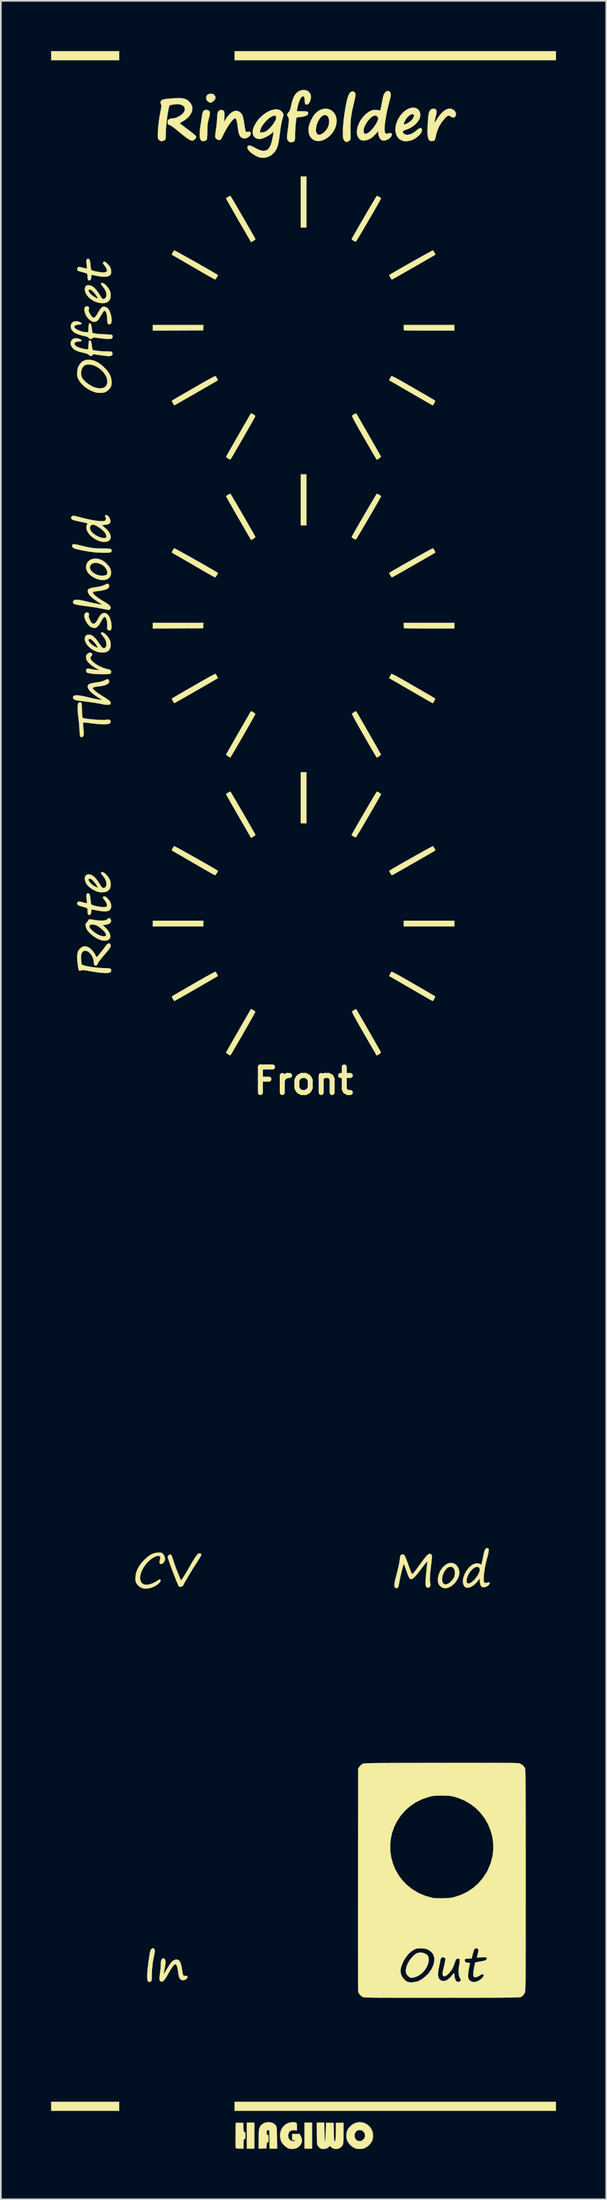
<source format=kicad_pcb>
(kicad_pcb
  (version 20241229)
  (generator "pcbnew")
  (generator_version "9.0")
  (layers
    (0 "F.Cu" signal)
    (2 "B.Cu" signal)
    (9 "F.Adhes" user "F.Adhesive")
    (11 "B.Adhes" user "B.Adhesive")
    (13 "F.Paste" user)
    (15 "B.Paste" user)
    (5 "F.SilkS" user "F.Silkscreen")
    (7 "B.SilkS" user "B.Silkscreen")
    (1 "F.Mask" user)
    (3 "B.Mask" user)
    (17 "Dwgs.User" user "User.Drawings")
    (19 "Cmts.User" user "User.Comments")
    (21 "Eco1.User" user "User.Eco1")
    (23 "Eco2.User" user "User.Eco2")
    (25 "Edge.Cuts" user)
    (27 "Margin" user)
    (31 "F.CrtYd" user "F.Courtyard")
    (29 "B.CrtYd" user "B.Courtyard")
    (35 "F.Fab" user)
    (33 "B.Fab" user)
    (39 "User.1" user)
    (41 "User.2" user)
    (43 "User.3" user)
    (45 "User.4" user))
  (footprint "Front"
    (layer "F.Cu")
    (at 15.076 61.473)
    (property "Reference" "Front" (at 0 0 0) (layer "F.SilkS") (effects (font (size 1.524 1.524) (thickness 0.3))))
    (attr through_hole)
    (fp_poly (pts (xy -11.007 -60.932) (xy -15.071 -60.932) (xy -15.071 -61.468) (xy -11.007 -61.468) (xy -11.007 -60.932)) (stroke (width 0.01) (type solid)) (fill yes) (layer "F.SilkS"))
    (fp_poly (pts (xy -11.007 61.468) (xy -15.071 61.468) (xy -15.071 60.932) (xy -11.007 60.932) (xy -11.007 61.468)) (stroke (width 0.01) (type solid)) (fill yes) (layer "F.SilkS"))
    (fp_poly (pts (xy -5.983 -9.229) (xy -9.003 -9.229) (xy -9.003 -9.567) (xy -5.983 -9.567) (xy -5.983 -9.229)) (stroke (width 0.01) (type solid)) (fill yes) (layer "F.SilkS"))
    (fp_poly (pts (xy -2.935 63.726) (xy -3.387 63.726) (xy -3.387 62.174) (xy -2.935 62.174) (xy -2.935 63.726)) (stroke (width 0.01) (type solid)) (fill yes) (layer "F.SilkS"))
    (fp_poly (pts (xy 0.169 -50.941) (xy -0.169 -50.941) (xy -0.169 -53.989) (xy 0.169 -53.989) (xy 0.169 -50.941)) (stroke (width 0.01) (type solid)) (fill yes) (layer "F.SilkS"))
    (fp_poly (pts (xy 0.169 -33.161) (xy -0.169 -33.161) (xy -0.169 -36.209) (xy 0.169 -36.209) (xy 0.169 -33.161)) (stroke (width 0.01) (type solid)) (fill yes) (layer "F.SilkS"))
    (fp_poly (pts (xy 0.169 -15.381) (xy -0.169 -15.381) (xy -0.169 -18.429) (xy 0.169 -18.429) (xy 0.169 -15.381)) (stroke (width 0.01) (type solid)) (fill yes) (layer "F.SilkS"))
    (fp_poly (pts (xy 0.508 63.726) (xy 0.056 63.726) (xy 0.056 62.174) (xy 0.508 62.174) (xy 0.508 63.726)) (stroke (width 0.01) (type solid)) (fill yes) (layer "F.SilkS"))
    (fp_poly (pts (xy 9.003 -9.229) (xy 5.983 -9.229) (xy 5.983 -9.567) (xy 9.003 -9.567) (xy 9.003 -9.229)) (stroke (width 0.01) (type solid)) (fill yes) (layer "F.SilkS"))
    (fp_poly (pts (xy 15.071 -60.932) (xy -4.12 -60.932) (xy -4.12 -61.468) (xy 15.071 -61.468) (xy 15.071 -60.932)) (stroke (width 0.01) (type solid)) (fill yes) (layer "F.SilkS"))
    (fp_poly (pts (xy 15.071 61.468) (xy -4.12 61.468) (xy -4.12 60.932) (xy 15.071 60.932) (xy 15.071 61.468)) (stroke (width 0.01) (type solid)) (fill yes) (layer "F.SilkS"))
    (fp_poly (pts (xy -5.989 -44.965) (xy -5.997 -44.803) (xy -7.5 -44.795) (xy -9.003 -44.788) (xy -9.003 -45.127) (xy -5.98 -45.127) (xy -5.989 -44.965)) (stroke (width 0.01) (type solid)) (fill yes) (layer "F.SilkS"))
    (fp_poly (pts (xy -5.989 -27.185) (xy -5.997 -27.023) (xy -7.5 -27.015) (xy -9.003 -27.008) (xy -9.003 -27.347) (xy -5.98 -27.347) (xy -5.989 -27.185)) (stroke (width 0.01) (type solid)) (fill yes) (layer "F.SilkS"))
    (fp_poly (pts (xy 9.003 -44.789) (xy 7.512 -44.789) (xy 7.227 -44.789) (xy 6.959 -44.79) (xy 6.714 -44.792) (xy 6.496 -44.794) (xy 6.312 -44.796) (xy 6.165 -44.799) (xy 6.063 -44.802) (xy 6.009 -44.806) (xy 6.002 -44.807) (xy 5.991 -44.844) (xy 5.985 -44.918) (xy 5.983 -44.977) (xy 5.983 -45.127) (xy 9.003 -45.127) (xy 9.003 -44.789)) (stroke (width 0.01) (type solid)) (fill yes) (layer "F.SilkS"))
    (fp_poly (pts (xy 9.003 -27.009) (xy 7.512 -27.009) (xy 7.227 -27.009) (xy 6.959 -27.01) (xy 6.714 -27.012) (xy 6.496 -27.014) (xy 6.312 -27.016) (xy 6.165 -27.019) (xy 6.063 -27.022) (xy 6.009 -27.026) (xy 6.002 -27.027) (xy 5.991 -27.064) (xy 5.985 -27.138) (xy 5.983 -27.197) (xy 5.983 -27.347) (xy 9.003 -27.347) (xy 9.003 -27.009)) (stroke (width 0.01) (type solid)) (fill yes) (layer "F.SilkS"))
    (fp_poly (pts (xy -5.438 -58.922) (xy -5.378 -58.896) (xy -5.322 -58.841) (xy -5.267 -58.762) (xy -5.253 -58.695) (xy -5.278 -58.616) (xy -5.291 -58.591) (xy -5.342 -58.524) (xy -5.419 -58.459) (xy -5.5 -58.41) (xy -5.563 -58.392) (xy -5.612 -58.406) (xy -5.68 -58.44) (xy -5.69 -58.446) (xy -5.777 -58.529) (xy -5.817 -58.638) (xy -5.809 -58.75) (xy -5.759 -58.848) (xy -5.672 -58.906) (xy -5.543 -58.928) (xy -5.528 -58.928) (xy -5.438 -58.922)) (stroke (width 0.01) (type solid)) (fill yes) (layer "F.SilkS"))
    (fp_poly (pts (xy -8.919 51.812) (xy -8.897 51.849) (xy -8.881 51.895) (xy -8.878 51.95) (xy -8.888 52.03) (xy -8.913 52.147) (xy -8.918 52.169) (xy -9.007 52.635) (xy -9.053 53.084) (xy -9.059 53.338) (xy -9.06 53.489) (xy -9.063 53.593) (xy -9.069 53.661) (xy -9.081 53.703) (xy -9.099 53.729) (xy -9.122 53.748) (xy -9.196 53.786) (xy -9.252 53.778) (xy -9.298 53.729) (xy -9.324 53.654) (xy -9.337 53.526) (xy -9.336 53.347) (xy -9.321 53.12) (xy -9.293 52.846) (xy -9.251 52.527) (xy -9.196 52.165) (xy -9.174 52.028) (xy -9.14 51.905) (xy -9.092 51.817) (xy -9.034 51.77) (xy -8.974 51.767) (xy -8.919 51.812)) (stroke (width 0.01) (type solid)) (fill yes) (layer "F.SilkS"))
    (fp_poly (pts (xy 7.128 52.04) (xy 7.281 52.098) (xy 7.386 52.172) (xy 7.449 52.27) (xy 7.475 52.402) (xy 7.474 52.505) (xy 7.433 52.711) (xy 7.345 52.913) (xy 7.217 53.102) (xy 7.057 53.268) (xy 6.873 53.4) (xy 6.674 53.489) (xy 6.662 53.492) (xy 6.538 53.525) (xy 6.448 53.534) (xy 6.375 53.52) (xy 6.301 53.48) (xy 6.291 53.473) (xy 6.181 53.369) (xy 6.118 53.236) (xy 6.104 53.076) (xy 6.137 52.891) (xy 6.218 52.683) (xy 6.225 52.668) (xy 6.316 52.511) (xy 6.428 52.36) (xy 6.55 52.226) (xy 6.673 52.12) (xy 6.785 52.055) (xy 6.789 52.054) (xy 6.953 52.021) (xy 7.128 52.04)) (stroke (width 0.01) (type solid)) (fill yes) (layer "F.SilkS"))
    (fp_poly (pts (xy -3.59 62.463) (xy -3.586 62.59) (xy -3.579 62.67) (xy -3.568 62.715) (xy -3.551 62.734) (xy -3.527 62.738) (xy -3.498 62.743) (xy -3.482 62.767) (xy -3.474 62.82) (xy -3.471 62.915) (xy -3.471 62.95) (xy -3.473 63.058) (xy -3.479 63.121) (xy -3.493 63.152) (xy -3.518 63.161) (xy -3.528 63.161) (xy -3.553 63.165) (xy -3.57 63.184) (xy -3.579 63.227) (xy -3.583 63.305) (xy -3.584 63.428) (xy -3.584 63.444) (xy -3.584 63.726) (xy -3.811 63.726) (xy -3.941 63.722) (xy -4.02 63.71) (xy -4.051 63.69) (xy -4.055 63.653) (xy -4.057 63.568) (xy -4.059 63.442) (xy -4.059 63.283) (xy -4.059 63.099) (xy -4.057 62.921) (xy -4.05 62.188) (xy -3.598 62.188) (xy -3.59 62.463)) (stroke (width 0.01) (type solid)) (fill yes) (layer "F.SilkS"))
    (fp_poly (pts (xy -5.7 -57.947) (xy -5.624 -57.887) (xy -5.589 -57.795) (xy -5.588 -57.771) (xy -5.595 -57.708) (xy -5.615 -57.607) (xy -5.644 -57.485) (xy -5.664 -57.411) (xy -5.693 -57.296) (xy -5.715 -57.193) (xy -5.729 -57.088) (xy -5.737 -56.966) (xy -5.742 -56.813) (xy -5.744 -56.678) (xy -5.749 -56.47) (xy -5.757 -56.317) (xy -5.769 -56.22) (xy -5.783 -56.179) (xy -5.85 -56.132) (xy -5.943 -56.102) (xy -6.03 -56.099) (xy -6.105 -56.13) (xy -6.159 -56.199) (xy -6.192 -56.306) (xy -6.206 -56.457) (xy -6.199 -56.653) (xy -6.173 -56.897) (xy -6.143 -57.094) (xy -6.117 -57.258) (xy -6.093 -57.415) (xy -6.072 -57.55) (xy -6.057 -57.65) (xy -6.054 -57.679) (xy -6.021 -57.82) (xy -5.964 -57.913) (xy -5.88 -57.96) (xy -5.812 -57.968) (xy -5.7 -57.947)) (stroke (width 0.01) (type solid)) (fill yes) (layer "F.SilkS"))
    (fp_poly (pts (xy -13.637 -32.032) (xy -13.493 -32.007) (xy -13.303 -31.962) (xy -13.256 -31.949) (xy -12.944 -31.873) (xy -12.662 -31.822) (xy -12.387 -31.792) (xy -12.098 -31.78) (xy -11.963 -31.781) (xy -11.781 -31.781) (xy -11.649 -31.777) (xy -11.558 -31.767) (xy -11.501 -31.747) (xy -11.471 -31.717) (xy -11.459 -31.674) (xy -11.458 -31.649) (xy -11.48 -31.585) (xy -11.513 -31.553) (xy -11.568 -31.54) (xy -11.669 -31.532) (xy -11.805 -31.528) (xy -11.964 -31.529) (xy -12.137 -31.534) (xy -12.312 -31.543) (xy -12.478 -31.557) (xy -12.591 -31.569) (xy -12.784 -31.596) (xy -12.983 -31.629) (xy -13.178 -31.664) (xy -13.358 -31.701) (xy -13.513 -31.737) (xy -13.632 -31.769) (xy -13.701 -31.794) (xy -13.781 -31.849) (xy -13.819 -31.911) (xy -13.823 -31.974) (xy -13.797 -32.016) (xy -13.737 -32.035) (xy -13.637 -32.032)) (stroke (width 0.01) (type solid)) (fill yes) (layer "F.SilkS"))
    (fp_poly (pts (xy -4.353 -52.808) (xy -4.311 -52.741) (xy -4.248 -52.636) (xy -4.166 -52.499) (xy -4.069 -52.334) (xy -3.96 -52.148) (xy -3.842 -51.946) (xy -3.719 -51.734) (xy -3.593 -51.516) (xy -3.467 -51.299) (xy -3.346 -51.089) (xy -3.231 -50.889) (xy -3.127 -50.707) (xy -3.037 -50.548) (xy -2.963 -50.416) (xy -2.909 -50.318) (xy -2.878 -50.26) (xy -2.871 -50.245) (xy -2.893 -50.219) (xy -2.95 -50.177) (xy -3.001 -50.145) (xy -3.131 -50.069) (xy -3.283 -50.329) (xy -3.393 -50.517) (xy -3.513 -50.724) (xy -3.64 -50.943) (xy -3.771 -51.17) (xy -3.903 -51.399) (xy -4.033 -51.625) (xy -4.157 -51.842) (xy -4.273 -52.046) (xy -4.378 -52.23) (xy -4.468 -52.39) (xy -4.541 -52.52) (xy -4.594 -52.616) (xy -4.623 -52.671) (xy -4.628 -52.682) (xy -4.606 -52.706) (xy -4.551 -52.743) (xy -4.482 -52.783) (xy -4.416 -52.817) (xy -4.372 -52.832) (xy -4.37 -52.832) (xy -4.353 -52.808)) (stroke (width 0.01) (type solid)) (fill yes) (layer "F.SilkS"))
    (fp_poly (pts (xy -4.353 -35.028) (xy -4.311 -34.961) (xy -4.248 -34.856) (xy -4.166 -34.719) (xy -4.069 -34.554) (xy -3.96 -34.368) (xy -3.843 -34.166) (xy -3.719 -33.954) (xy -3.593 -33.737) (xy -3.468 -33.52) (xy -3.347 -33.31) (xy -3.233 -33.111) (xy -3.129 -32.929) (xy -3.038 -32.77) (xy -2.965 -32.639) (xy -2.911 -32.542) (xy -2.881 -32.484) (xy -2.875 -32.47) (xy -2.895 -32.441) (xy -2.951 -32.397) (xy -3.001 -32.365) (xy -3.131 -32.289) (xy -3.283 -32.549) (xy -3.393 -32.737) (xy -3.513 -32.944) (xy -3.64 -33.163) (xy -3.771 -33.39) (xy -3.903 -33.619) (xy -4.033 -33.845) (xy -4.157 -34.062) (xy -4.273 -34.266) (xy -4.378 -34.45) (xy -4.468 -34.61) (xy -4.541 -34.74) (xy -4.594 -34.836) (xy -4.623 -34.891) (xy -4.628 -34.902) (xy -4.606 -34.926) (xy -4.551 -34.963) (xy -4.482 -35.003) (xy -4.416 -35.037) (xy -4.372 -35.052) (xy -4.37 -35.052) (xy -4.353 -35.028)) (stroke (width 0.01) (type solid)) (fill yes) (layer "F.SilkS"))
    (fp_poly (pts (xy -4.353 -17.248) (xy -4.311 -17.181) (xy -4.248 -17.076) (xy -4.166 -16.939) (xy -4.069 -16.774) (xy -3.96 -16.588) (xy -3.843 -16.386) (xy -3.719 -16.174) (xy -3.593 -15.957) (xy -3.468 -15.74) (xy -3.347 -15.53) (xy -3.233 -15.331) (xy -3.129 -15.149) (xy -3.038 -14.99) (xy -2.965 -14.859) (xy -2.911 -14.762) (xy -2.881 -14.704) (xy -2.875 -14.69) (xy -2.895 -14.661) (xy -2.951 -14.617) (xy -3.001 -14.585) (xy -3.131 -14.509) (xy -3.283 -14.769) (xy -3.393 -14.957) (xy -3.513 -15.164) (xy -3.64 -15.383) (xy -3.771 -15.61) (xy -3.903 -15.839) (xy -4.033 -16.065) (xy -4.157 -16.282) (xy -4.273 -16.486) (xy -4.378 -16.67) (xy -4.468 -16.83) (xy -4.541 -16.96) (xy -4.594 -17.056) (xy -4.623 -17.111) (xy -4.628 -17.122) (xy -4.606 -17.146) (xy -4.551 -17.183) (xy -4.482 -17.223) (xy -4.416 -17.257) (xy -4.372 -17.272) (xy -4.37 -17.272) (xy -4.353 -17.248)) (stroke (width 0.01) (type solid)) (fill yes) (layer "F.SilkS"))
    (fp_poly (pts (xy -5.244 -6.514) (xy -5.215 -6.466) (xy -5.175 -6.394) (xy -5.164 -6.373) (xy -5.109 -6.268) (xy -5.369 -6.116) (xy -5.529 -6.022) (xy -5.713 -5.916) (xy -5.913 -5.8) (xy -6.126 -5.677) (xy -6.345 -5.55) (xy -6.565 -5.424) (xy -6.781 -5.299) (xy -6.987 -5.181) (xy -7.178 -5.072) (xy -7.349 -4.974) (xy -7.493 -4.892) (xy -7.605 -4.829) (xy -7.68 -4.787) (xy -7.712 -4.77) (xy -7.713 -4.77) (xy -7.734 -4.792) (xy -7.773 -4.849) (xy -7.804 -4.899) (xy -7.842 -4.975) (xy -7.859 -5.032) (xy -7.856 -5.051) (xy -7.827 -5.069) (xy -7.755 -5.112) (xy -7.642 -5.178) (xy -7.495 -5.265) (xy -7.317 -5.368) (xy -7.114 -5.486) (xy -6.889 -5.616) (xy -6.648 -5.755) (xy -6.55 -5.812) (xy -6.25 -5.984) (xy -5.995 -6.13) (xy -5.784 -6.249) (xy -5.611 -6.344) (xy -5.476 -6.417) (xy -5.374 -6.469) (xy -5.304 -6.501) (xy -5.261 -6.516) (xy -5.244 -6.514)) (stroke (width 0.01) (type solid)) (fill yes) (layer "F.SilkS"))
    (fp_poly (pts (xy 3.001 -59.05) (xy 3.048 -59.013) (xy 3.078 -58.974) (xy 3.095 -58.925) (xy 3.1 -58.857) (xy 3.091 -58.764) (xy 3.069 -58.637) (xy 3.032 -58.47) (xy 2.991 -58.302) (xy 2.916 -57.98) (xy 2.862 -57.696) (xy 2.825 -57.434) (xy 2.805 -57.179) (xy 2.799 -56.917) (xy 2.804 -56.702) (xy 2.809 -56.512) (xy 2.809 -56.36) (xy 2.804 -56.252) (xy 2.794 -56.192) (xy 2.792 -56.187) (xy 2.75 -56.141) (xy 2.681 -56.092) (xy 2.612 -56.058) (xy 2.577 -56.05) (xy 2.537 -56.062) (xy 2.484 -56.086) (xy 2.426 -56.136) (xy 2.382 -56.212) (xy 2.379 -56.219) (xy 2.357 -56.328) (xy 2.346 -56.485) (xy 2.346 -56.681) (xy 2.356 -56.908) (xy 2.376 -57.159) (xy 2.403 -57.426) (xy 2.439 -57.701) (xy 2.481 -57.977) (xy 2.53 -58.245) (xy 2.583 -58.498) (xy 2.629 -58.682) (xy 2.686 -58.845) (xy 2.755 -58.967) (xy 2.834 -59.043) (xy 2.917 -59.072) (xy 3.001 -59.05)) (stroke (width 0.01) (type solid)) (fill yes) (layer "F.SilkS"))
    (fp_poly (pts (xy -5.244 -42.074) (xy -5.215 -42.026) (xy -5.175 -41.954) (xy -5.164 -41.933) (xy -5.109 -41.829) (xy -5.2 -41.774) (xy -5.262 -41.737) (xy -5.362 -41.679) (xy -5.496 -41.601) (xy -5.657 -41.508) (xy -5.84 -41.402) (xy -6.039 -41.287) (xy -6.249 -41.166) (xy -6.464 -41.043) (xy -6.679 -40.919) (xy -6.888 -40.799) (xy -7.085 -40.686) (xy -7.265 -40.583) (xy -7.422 -40.494) (xy -7.551 -40.42) (xy -7.646 -40.367) (xy -7.702 -40.336) (xy -7.714 -40.33) (xy -7.734 -40.352) (xy -7.773 -40.409) (xy -7.804 -40.459) (xy -7.842 -40.535) (xy -7.859 -40.592) (xy -7.856 -40.611) (xy -7.827 -40.629) (xy -7.755 -40.672) (xy -7.642 -40.738) (xy -7.495 -40.825) (xy -7.317 -40.928) (xy -7.114 -41.046) (xy -6.889 -41.176) (xy -6.648 -41.315) (xy -6.55 -41.372) (xy -6.25 -41.544) (xy -5.995 -41.69) (xy -5.784 -41.809) (xy -5.611 -41.904) (xy -5.476 -41.977) (xy -5.374 -42.029) (xy -5.304 -42.061) (xy -5.261 -42.076) (xy -5.244 -42.074)) (stroke (width 0.01) (type solid)) (fill yes) (layer "F.SilkS"))
    (fp_poly (pts (xy -5.244 -24.294) (xy -5.215 -24.246) (xy -5.175 -24.174) (xy -5.164 -24.153) (xy -5.109 -24.049) (xy -5.2 -23.994) (xy -5.262 -23.957) (xy -5.362 -23.899) (xy -5.496 -23.821) (xy -5.657 -23.728) (xy -5.84 -23.622) (xy -6.039 -23.507) (xy -6.249 -23.386) (xy -6.464 -23.263) (xy -6.679 -23.139) (xy -6.888 -23.019) (xy -7.085 -22.906) (xy -7.265 -22.803) (xy -7.422 -22.714) (xy -7.551 -22.64) (xy -7.646 -22.587) (xy -7.702 -22.556) (xy -7.714 -22.55) (xy -7.734 -22.572) (xy -7.773 -22.629) (xy -7.804 -22.679) (xy -7.842 -22.755) (xy -7.859 -22.812) (xy -7.856 -22.831) (xy -7.827 -22.849) (xy -7.755 -22.892) (xy -7.642 -22.958) (xy -7.495 -23.045) (xy -7.317 -23.148) (xy -7.114 -23.266) (xy -6.889 -23.396) (xy -6.648 -23.535) (xy -6.55 -23.592) (xy -6.25 -23.764) (xy -5.995 -23.91) (xy -5.784 -24.029) (xy -5.611 -24.124) (xy -5.476 -24.197) (xy -5.374 -24.249) (xy -5.304 -24.281) (xy -5.261 -24.296) (xy -5.244 -24.294)) (stroke (width 0.01) (type solid)) (fill yes) (layer "F.SilkS"))
    (fp_poly (pts (xy 3.16 -39.819) (xy 3.203 -39.746) (xy 3.267 -39.636) (xy 3.35 -39.494) (xy 3.447 -39.325) (xy 3.556 -39.136) (xy 3.674 -38.931) (xy 3.797 -38.717) (xy 3.923 -38.498) (xy 4.047 -38.281) (xy 4.167 -38.071) (xy 4.28 -37.874) (xy 4.382 -37.695) (xy 4.47 -37.54) (xy 4.541 -37.414) (xy 4.592 -37.324) (xy 4.619 -37.273) (xy 4.623 -37.265) (xy 4.605 -37.238) (xy 4.555 -37.195) (xy 4.489 -37.147) (xy 4.424 -37.106) (xy 4.376 -37.085) (xy 4.369 -37.084) (xy 4.354 -37.108) (xy 4.313 -37.176) (xy 4.249 -37.284) (xy 4.165 -37.427) (xy 4.063 -37.602) (xy 3.947 -37.802) (xy 3.818 -38.025) (xy 3.679 -38.265) (xy 3.616 -38.374) (xy 3.432 -38.695) (xy 3.276 -38.969) (xy 3.148 -39.197) (xy 3.047 -39.381) (xy 2.972 -39.523) (xy 2.923 -39.623) (xy 2.899 -39.682) (xy 2.896 -39.702) (xy 2.932 -39.736) (xy 2.992 -39.778) (xy 3.058 -39.818) (xy 3.114 -39.845) (xy 3.142 -39.848) (xy 3.16 -39.819)) (stroke (width 0.01) (type solid)) (fill yes) (layer "F.SilkS"))
    (fp_poly (pts (xy 3.16 -22.039) (xy 3.203 -21.966) (xy 3.267 -21.856) (xy 3.35 -21.714) (xy 3.447 -21.545) (xy 3.556 -21.356) (xy 3.674 -21.151) (xy 3.797 -20.937) (xy 3.923 -20.718) (xy 4.047 -20.501) (xy 4.167 -20.291) (xy 4.28 -20.094) (xy 4.382 -19.915) (xy 4.47 -19.76) (xy 4.541 -19.634) (xy 4.592 -19.544) (xy 4.619 -19.493) (xy 4.623 -19.485) (xy 4.605 -19.458) (xy 4.555 -19.415) (xy 4.489 -19.367) (xy 4.424 -19.326) (xy 4.376 -19.305) (xy 4.369 -19.304) (xy 4.354 -19.328) (xy 4.313 -19.396) (xy 4.249 -19.504) (xy 4.165 -19.647) (xy 4.063 -19.822) (xy 3.947 -20.022) (xy 3.818 -20.245) (xy 3.679 -20.485) (xy 3.616 -20.594) (xy 3.432 -20.915) (xy 3.276 -21.189) (xy 3.148 -21.417) (xy 3.047 -21.601) (xy 2.972 -21.743) (xy 2.923 -21.843) (xy 2.899 -21.902) (xy 2.896 -21.922) (xy 2.932 -21.956) (xy 2.992 -21.998) (xy 3.058 -22.038) (xy 3.114 -22.065) (xy 3.142 -22.068) (xy 3.16 -22.039)) (stroke (width 0.01) (type solid)) (fill yes) (layer "F.SilkS"))
    (fp_poly (pts (xy 3.16 -4.259) (xy 3.203 -4.186) (xy 3.267 -4.076) (xy 3.35 -3.934) (xy 3.447 -3.765) (xy 3.556 -3.576) (xy 3.674 -3.371) (xy 3.797 -3.157) (xy 3.923 -2.938) (xy 4.047 -2.721) (xy 4.167 -2.511) (xy 4.28 -2.314) (xy 4.382 -2.135) (xy 4.47 -1.98) (xy 4.541 -1.854) (xy 4.592 -1.764) (xy 4.619 -1.713) (xy 4.623 -1.705) (xy 4.605 -1.678) (xy 4.555 -1.635) (xy 4.489 -1.587) (xy 4.424 -1.546) (xy 4.376 -1.525) (xy 4.369 -1.524) (xy 4.354 -1.548) (xy 4.313 -1.616) (xy 4.249 -1.724) (xy 4.165 -1.867) (xy 4.063 -2.042) (xy 3.947 -2.242) (xy 3.818 -2.465) (xy 3.679 -2.705) (xy 3.616 -2.814) (xy 3.432 -3.135) (xy 3.276 -3.409) (xy 3.148 -3.637) (xy 3.047 -3.821) (xy 2.972 -3.963) (xy 2.923 -4.063) (xy 2.899 -4.122) (xy 2.896 -4.142) (xy 2.932 -4.176) (xy 2.992 -4.218) (xy 3.058 -4.258) (xy 3.114 -4.285) (xy 3.142 -4.288) (xy 3.16 -4.259)) (stroke (width 0.01) (type solid)) (fill yes) (layer "F.SilkS"))
    (fp_poly (pts (xy 5.303 -42.063) (xy 5.371 -42.032) (xy 5.47 -41.982) (xy 5.601 -41.911) (xy 5.769 -41.818) (xy 5.976 -41.702) (xy 6.225 -41.56) (xy 6.519 -41.39) (xy 6.55 -41.372) (xy 6.797 -41.23) (xy 7.028 -41.096) (xy 7.24 -40.973) (xy 7.429 -40.864) (xy 7.588 -40.77) (xy 7.715 -40.696) (xy 7.804 -40.643) (xy 7.85 -40.615) (xy 7.856 -40.611) (xy 7.855 -40.579) (xy 7.831 -40.517) (xy 7.795 -40.445) (xy 7.755 -40.379) (xy 7.721 -40.337) (xy 7.709 -40.331) (xy 7.682 -40.345) (xy 7.61 -40.385) (xy 7.5 -40.447) (xy 7.355 -40.529) (xy 7.181 -40.629) (xy 6.983 -40.743) (xy 6.765 -40.869) (xy 6.548 -40.995) (xy 6.31 -41.132) (xy 6.083 -41.264) (xy 5.872 -41.386) (xy 5.682 -41.496) (xy 5.519 -41.59) (xy 5.39 -41.665) (xy 5.299 -41.717) (xy 5.256 -41.742) (xy 5.108 -41.826) (xy 5.163 -41.932) (xy 5.204 -42.007) (xy 5.238 -42.065) (xy 5.244 -42.074) (xy 5.261 -42.076) (xy 5.303 -42.063)) (stroke (width 0.01) (type solid)) (fill yes) (layer "F.SilkS"))
    (fp_poly (pts (xy 5.303 -24.283) (xy 5.371 -24.252) (xy 5.47 -24.202) (xy 5.601 -24.131) (xy 5.769 -24.038) (xy 5.976 -23.922) (xy 6.225 -23.78) (xy 6.519 -23.61) (xy 6.55 -23.592) (xy 6.797 -23.45) (xy 7.028 -23.316) (xy 7.24 -23.193) (xy 7.429 -23.084) (xy 7.588 -22.99) (xy 7.715 -22.916) (xy 7.804 -22.863) (xy 7.85 -22.835) (xy 7.856 -22.831) (xy 7.855 -22.799) (xy 7.831 -22.737) (xy 7.795 -22.665) (xy 7.755 -22.599) (xy 7.721 -22.557) (xy 7.709 -22.551) (xy 7.682 -22.565) (xy 7.61 -22.605) (xy 7.5 -22.667) (xy 7.355 -22.749) (xy 7.181 -22.849) (xy 6.983 -22.963) (xy 6.765 -23.089) (xy 6.548 -23.215) (xy 6.31 -23.352) (xy 6.083 -23.484) (xy 5.872 -23.606) (xy 5.682 -23.716) (xy 5.519 -23.81) (xy 5.39 -23.885) (xy 5.299 -23.937) (xy 5.256 -23.962) (xy 5.108 -24.046) (xy 5.163 -24.152) (xy 5.204 -24.227) (xy 5.238 -24.285) (xy 5.244 -24.294) (xy 5.261 -24.296) (xy 5.303 -24.283)) (stroke (width 0.01) (type solid)) (fill yes) (layer "F.SilkS"))
    (fp_poly (pts (xy 5.303 -6.503) (xy 5.371 -6.472) (xy 5.47 -6.422) (xy 5.601 -6.351) (xy 5.769 -6.258) (xy 5.976 -6.142) (xy 6.225 -6) (xy 6.519 -5.83) (xy 6.55 -5.812) (xy 6.797 -5.67) (xy 7.028 -5.536) (xy 7.24 -5.413) (xy 7.429 -5.304) (xy 7.588 -5.21) (xy 7.715 -5.136) (xy 7.804 -5.083) (xy 7.85 -5.055) (xy 7.856 -5.051) (xy 7.855 -5.019) (xy 7.831 -4.957) (xy 7.795 -4.885) (xy 7.755 -4.818) (xy 7.721 -4.777) (xy 7.709 -4.771) (xy 7.682 -4.785) (xy 7.61 -4.824) (xy 7.5 -4.887) (xy 7.355 -4.969) (xy 7.181 -5.069) (xy 6.983 -5.183) (xy 6.765 -5.309) (xy 6.548 -5.435) (xy 6.31 -5.572) (xy 6.083 -5.704) (xy 5.872 -5.826) (xy 5.682 -5.936) (xy 5.519 -6.03) (xy 5.39 -6.105) (xy 5.299 -6.157) (xy 5.256 -6.182) (xy 5.108 -6.266) (xy 5.163 -6.372) (xy 5.204 -6.447) (xy 5.238 -6.505) (xy 5.244 -6.514) (xy 5.261 -6.516) (xy 5.303 -6.503)) (stroke (width 0.01) (type solid)) (fill yes) (layer "F.SilkS"))
    (fp_poly (pts (xy 4.422 -52.818) (xy 4.487 -52.785) (xy 4.556 -52.744) (xy 4.609 -52.705) (xy 4.628 -52.681) (xy 4.615 -52.65) (xy 4.575 -52.576) (xy 4.514 -52.465) (xy 4.434 -52.323) (xy 4.338 -52.154) (xy 4.23 -51.965) (xy 4.112 -51.761) (xy 3.988 -51.548) (xy 3.861 -51.33) (xy 3.735 -51.114) (xy 3.612 -50.905) (xy 3.496 -50.708) (xy 3.389 -50.529) (xy 3.296 -50.374) (xy 3.22 -50.248) (xy 3.162 -50.156) (xy 3.128 -50.104) (xy 3.119 -50.095) (xy 3.079 -50.108) (xy 3.011 -50.141) (xy 2.98 -50.158) (xy 2.914 -50.201) (xy 2.876 -50.235) (xy 2.871 -50.244) (xy 2.885 -50.276) (xy 2.925 -50.35) (xy 2.986 -50.461) (xy 3.067 -50.603) (xy 3.163 -50.772) (xy 3.271 -50.961) (xy 3.389 -51.165) (xy 3.513 -51.378) (xy 3.639 -51.596) (xy 3.766 -51.812) (xy 3.888 -52.022) (xy 4.004 -52.218) (xy 4.11 -52.397) (xy 4.203 -52.552) (xy 4.279 -52.679) (xy 4.336 -52.771) (xy 4.37 -52.822) (xy 4.379 -52.832) (xy 4.422 -52.818)) (stroke (width 0.01) (type solid)) (fill yes) (layer "F.SilkS"))
    (fp_poly (pts (xy 4.422 -35.038) (xy 4.487 -35.005) (xy 4.556 -34.964) (xy 4.609 -34.925) (xy 4.628 -34.901) (xy 4.615 -34.87) (xy 4.575 -34.796) (xy 4.514 -34.685) (xy 4.434 -34.543) (xy 4.338 -34.374) (xy 4.23 -34.185) (xy 4.112 -33.981) (xy 3.988 -33.768) (xy 3.861 -33.55) (xy 3.735 -33.334) (xy 3.612 -33.125) (xy 3.496 -32.928) (xy 3.389 -32.749) (xy 3.296 -32.594) (xy 3.22 -32.468) (xy 3.162 -32.376) (xy 3.128 -32.324) (xy 3.119 -32.315) (xy 3.079 -32.328) (xy 3.011 -32.361) (xy 2.98 -32.378) (xy 2.914 -32.421) (xy 2.876 -32.455) (xy 2.871 -32.464) (xy 2.885 -32.496) (xy 2.925 -32.57) (xy 2.986 -32.681) (xy 3.067 -32.823) (xy 3.163 -32.992) (xy 3.271 -33.181) (xy 3.389 -33.385) (xy 3.513 -33.598) (xy 3.639 -33.816) (xy 3.766 -34.032) (xy 3.888 -34.242) (xy 4.004 -34.438) (xy 4.11 -34.617) (xy 4.203 -34.772) (xy 4.279 -34.899) (xy 4.336 -34.991) (xy 4.37 -35.042) (xy 4.379 -35.052) (xy 4.422 -35.038)) (stroke (width 0.01) (type solid)) (fill yes) (layer "F.SilkS"))
    (fp_poly (pts (xy 4.422 -17.258) (xy 4.488 -17.225) (xy 4.556 -17.183) (xy 4.609 -17.144) (xy 4.628 -17.121) (xy 4.615 -17.089) (xy 4.575 -17.015) (xy 4.514 -16.904) (xy 4.434 -16.762) (xy 4.338 -16.594) (xy 4.23 -16.404) (xy 4.112 -16.2) (xy 3.988 -15.987) (xy 3.861 -15.769) (xy 3.735 -15.553) (xy 3.612 -15.344) (xy 3.496 -15.147) (xy 3.389 -14.969) (xy 3.296 -14.814) (xy 3.219 -14.688) (xy 3.162 -14.596) (xy 3.128 -14.544) (xy 3.119 -14.535) (xy 3.079 -14.548) (xy 3.011 -14.581) (xy 2.98 -14.598) (xy 2.913 -14.64) (xy 2.873 -14.67) (xy 2.867 -14.678) (xy 2.88 -14.707) (xy 2.918 -14.778) (xy 2.979 -14.888) (xy 3.058 -15.029) (xy 3.154 -15.196) (xy 3.262 -15.384) (xy 3.379 -15.588) (xy 3.503 -15.801) (xy 3.63 -16.019) (xy 3.756 -16.236) (xy 3.88 -16.446) (xy 3.996 -16.644) (xy 4.103 -16.824) (xy 4.197 -16.982) (xy 4.275 -17.11) (xy 4.333 -17.205) (xy 4.369 -17.26) (xy 4.379 -17.272) (xy 4.422 -17.258)) (stroke (width 0.01) (type solid)) (fill yes) (layer "F.SilkS"))
    (fp_poly (pts (xy -7.692 -14.004) (xy -7.62 -13.967) (xy -7.511 -13.909) (xy -7.369 -13.831) (xy -7.201 -13.739) (xy -7.011 -13.633) (xy -6.806 -13.519) (xy -6.591 -13.398) (xy -6.371 -13.274) (xy -6.153 -13.15) (xy -5.941 -13.03) (xy -5.742 -12.916) (xy -5.56 -12.811) (xy -5.402 -12.719) (xy -5.272 -12.643) (xy -5.178 -12.586) (xy -5.123 -12.551) (xy -5.113 -12.544) (xy -5.118 -12.515) (xy -5.147 -12.458) (xy -5.19 -12.39) (xy -5.236 -12.327) (xy -5.273 -12.286) (xy -5.287 -12.279) (xy -5.317 -12.294) (xy -5.391 -12.334) (xy -5.505 -12.397) (xy -5.653 -12.481) (xy -5.831 -12.582) (xy -6.034 -12.699) (xy -6.258 -12.828) (xy -6.497 -12.967) (xy -6.576 -13.012) (xy -6.819 -13.154) (xy -7.048 -13.286) (xy -7.257 -13.408) (xy -7.443 -13.515) (xy -7.6 -13.605) (xy -7.724 -13.677) (xy -7.809 -13.725) (xy -7.852 -13.75) (xy -7.856 -13.752) (xy -7.86 -13.779) (xy -7.841 -13.835) (xy -7.807 -13.904) (xy -7.767 -13.968) (xy -7.73 -14.009) (xy -7.72 -14.016) (xy -7.692 -14.004)) (stroke (width 0.01) (type solid)) (fill yes) (layer "F.SilkS"))
    (fp_poly (pts (xy -7.692 -49.564) (xy -7.62 -49.527) (xy -7.51 -49.469) (xy -7.369 -49.392) (xy -7.2 -49.299) (xy -7.011 -49.193) (xy -6.806 -49.079) (xy -6.59 -48.958) (xy -6.371 -48.834) (xy -6.153 -48.71) (xy -5.941 -48.59) (xy -5.741 -48.476) (xy -5.56 -48.372) (xy -5.402 -48.28) (xy -5.272 -48.204) (xy -5.178 -48.147) (xy -5.123 -48.112) (xy -5.113 -48.104) (xy -5.118 -48.075) (xy -5.147 -48.018) (xy -5.19 -47.95) (xy -5.236 -47.887) (xy -5.273 -47.846) (xy -5.287 -47.839) (xy -5.317 -47.854) (xy -5.391 -47.894) (xy -5.505 -47.957) (xy -5.653 -48.041) (xy -5.831 -48.142) (xy -6.034 -48.259) (xy -6.258 -48.388) (xy -6.497 -48.527) (xy -6.576 -48.572) (xy -6.819 -48.714) (xy -7.048 -48.847) (xy -7.257 -48.968) (xy -7.443 -49.075) (xy -7.6 -49.166) (xy -7.724 -49.237) (xy -7.809 -49.286) (xy -7.852 -49.31) (xy -7.856 -49.312) (xy -7.86 -49.339) (xy -7.841 -49.395) (xy -7.807 -49.464) (xy -7.767 -49.528) (xy -7.73 -49.569) (xy -7.72 -49.576) (xy -7.692 -49.564)) (stroke (width 0.01) (type solid)) (fill yes) (layer "F.SilkS"))
    (fp_poly (pts (xy -7.691 -31.784) (xy -7.62 -31.747) (xy -7.51 -31.689) (xy -7.368 -31.612) (xy -7.2 -31.519) (xy -7.01 -31.413) (xy -6.805 -31.299) (xy -6.59 -31.178) (xy -6.371 -31.054) (xy -6.152 -30.93) (xy -5.941 -30.81) (xy -5.741 -30.696) (xy -5.56 -30.591) (xy -5.401 -30.499) (xy -5.272 -30.423) (xy -5.177 -30.366) (xy -5.123 -30.331) (xy -5.113 -30.324) (xy -5.118 -30.295) (xy -5.147 -30.238) (xy -5.19 -30.17) (xy -5.236 -30.107) (xy -5.273 -30.066) (xy -5.287 -30.059) (xy -5.317 -30.074) (xy -5.391 -30.114) (xy -5.505 -30.177) (xy -5.653 -30.261) (xy -5.831 -30.362) (xy -6.034 -30.479) (xy -6.258 -30.608) (xy -6.497 -30.747) (xy -6.576 -30.792) (xy -6.819 -30.934) (xy -7.048 -31.066) (xy -7.257 -31.188) (xy -7.443 -31.295) (xy -7.6 -31.385) (xy -7.724 -31.457) (xy -7.809 -31.505) (xy -7.852 -31.53) (xy -7.856 -31.532) (xy -7.86 -31.559) (xy -7.841 -31.615) (xy -7.807 -31.684) (xy -7.767 -31.748) (xy -7.73 -31.79) (xy -7.72 -31.796) (xy -7.691 -31.784)) (stroke (width 0.01) (type solid)) (fill yes) (layer "F.SilkS"))
    (fp_poly (pts (xy -3.113 -39.844) (xy -3.055 -39.818) (xy -2.986 -39.778) (xy -2.924 -39.735) (xy -2.884 -39.699) (xy -2.879 -39.687) (xy -2.892 -39.656) (xy -2.931 -39.584) (xy -2.991 -39.473) (xy -3.071 -39.331) (xy -3.166 -39.163) (xy -3.273 -38.974) (xy -3.389 -38.77) (xy -3.512 -38.555) (xy -3.637 -38.337) (xy -3.762 -38.12) (xy -3.884 -37.909) (xy -3.999 -37.711) (xy -4.105 -37.531) (xy -4.197 -37.374) (xy -4.273 -37.245) (xy -4.331 -37.151) (xy -4.365 -37.097) (xy -4.374 -37.085) (xy -4.405 -37.099) (xy -4.466 -37.134) (xy -4.51 -37.159) (xy -4.578 -37.207) (xy -4.618 -37.249) (xy -4.623 -37.266) (xy -4.608 -37.294) (xy -4.568 -37.365) (xy -4.507 -37.475) (xy -4.426 -37.616) (xy -4.331 -37.784) (xy -4.223 -37.973) (xy -4.106 -38.177) (xy -3.984 -38.391) (xy -3.859 -38.61) (xy -3.734 -38.827) (xy -3.614 -39.037) (xy -3.5 -39.234) (xy -3.396 -39.414) (xy -3.306 -39.569) (xy -3.233 -39.696) (xy -3.179 -39.787) (xy -3.149 -39.838) (xy -3.143 -39.847) (xy -3.113 -39.844)) (stroke (width 0.01) (type solid)) (fill yes) (layer "F.SilkS"))
    (fp_poly (pts (xy -3.113 -22.064) (xy -3.055 -22.038) (xy -2.986 -21.998) (xy -2.924 -21.954) (xy -2.884 -21.918) (xy -2.879 -21.906) (xy -2.892 -21.876) (xy -2.931 -21.803) (xy -2.991 -21.693) (xy -3.071 -21.551) (xy -3.166 -21.382) (xy -3.273 -21.193) (xy -3.389 -20.989) (xy -3.512 -20.775) (xy -3.637 -20.556) (xy -3.762 -20.339) (xy -3.884 -20.129) (xy -3.999 -19.931) (xy -4.105 -19.75) (xy -4.197 -19.593) (xy -4.273 -19.465) (xy -4.33 -19.371) (xy -4.365 -19.316) (xy -4.374 -19.305) (xy -4.405 -19.319) (xy -4.466 -19.354) (xy -4.51 -19.379) (xy -4.578 -19.427) (xy -4.618 -19.469) (xy -4.623 -19.486) (xy -4.608 -19.514) (xy -4.568 -19.585) (xy -4.507 -19.695) (xy -4.426 -19.836) (xy -4.331 -20.004) (xy -4.223 -20.193) (xy -4.106 -20.397) (xy -3.984 -20.611) (xy -3.859 -20.83) (xy -3.734 -21.047) (xy -3.614 -21.257) (xy -3.5 -21.454) (xy -3.396 -21.634) (xy -3.306 -21.789) (xy -3.233 -21.916) (xy -3.179 -22.007) (xy -3.149 -22.058) (xy -3.143 -22.067) (xy -3.113 -22.064)) (stroke (width 0.01) (type solid)) (fill yes) (layer "F.SilkS"))
    (fp_poly (pts (xy -3.113 -4.284) (xy -3.055 -4.258) (xy -2.986 -4.218) (xy -2.924 -4.175) (xy -2.884 -4.138) (xy -2.879 -4.126) (xy -2.892 -4.096) (xy -2.931 -4.023) (xy -2.991 -3.913) (xy -3.071 -3.771) (xy -3.166 -3.602) (xy -3.273 -3.413) (xy -3.389 -3.209) (xy -3.512 -2.995) (xy -3.637 -2.776) (xy -3.762 -2.559) (xy -3.884 -2.349) (xy -3.999 -2.151) (xy -4.105 -1.97) (xy -4.197 -1.813) (xy -4.273 -1.685) (xy -4.33 -1.591) (xy -4.365 -1.536) (xy -4.374 -1.525) (xy -4.405 -1.539) (xy -4.466 -1.574) (xy -4.51 -1.599) (xy -4.578 -1.647) (xy -4.618 -1.689) (xy -4.623 -1.706) (xy -4.608 -1.734) (xy -4.568 -1.806) (xy -4.507 -1.915) (xy -4.427 -2.056) (xy -4.331 -2.224) (xy -4.223 -2.413) (xy -4.106 -2.617) (xy -3.984 -2.831) (xy -3.859 -3.049) (xy -3.734 -3.266) (xy -3.614 -3.476) (xy -3.5 -3.674) (xy -3.396 -3.853) (xy -3.306 -4.009) (xy -3.233 -4.136) (xy -3.179 -4.227) (xy -3.148 -4.278) (xy -3.143 -4.287) (xy -3.113 -4.284)) (stroke (width 0.01) (type solid)) (fill yes) (layer "F.SilkS"))
    (fp_poly (pts (xy 7.749 -49.548) (xy 7.789 -49.491) (xy 7.83 -49.423) (xy 7.86 -49.362) (xy 7.871 -49.324) (xy 7.869 -49.32) (xy 7.837 -49.3) (xy 7.762 -49.256) (xy 7.65 -49.191) (xy 7.507 -49.108) (xy 7.337 -49.01) (xy 7.147 -48.9) (xy 6.942 -48.783) (xy 6.727 -48.66) (xy 6.509 -48.535) (xy 6.292 -48.411) (xy 6.082 -48.291) (xy 5.886 -48.179) (xy 5.707 -48.077) (xy 5.552 -47.989) (xy 5.427 -47.919) (xy 5.336 -47.868) (xy 5.286 -47.841) (xy 5.277 -47.837) (xy 5.251 -47.859) (xy 5.21 -47.916) (xy 5.179 -47.966) (xy 5.138 -48.039) (xy 5.115 -48.09) (xy 5.113 -48.104) (xy 5.149 -48.129) (xy 5.228 -48.177) (xy 5.344 -48.245) (xy 5.491 -48.331) (xy 5.663 -48.43) (xy 5.856 -48.541) (xy 6.063 -48.659) (xy 6.28 -48.782) (xy 6.499 -48.906) (xy 6.717 -49.028) (xy 6.927 -49.146) (xy 7.124 -49.256) (xy 7.301 -49.354) (xy 7.455 -49.438) (xy 7.579 -49.505) (xy 7.667 -49.551) (xy 7.714 -49.574) (xy 7.72 -49.576) (xy 7.749 -49.548)) (stroke (width 0.01) (type solid)) (fill yes) (layer "F.SilkS"))
    (fp_poly (pts (xy 7.749 -31.768) (xy 7.789 -31.711) (xy 7.83 -31.643) (xy 7.86 -31.581) (xy 7.871 -31.544) (xy 7.869 -31.54) (xy 7.838 -31.52) (xy 7.763 -31.477) (xy 7.652 -31.412) (xy 7.509 -31.329) (xy 7.34 -31.231) (xy 7.15 -31.122) (xy 6.945 -31.004) (xy 6.731 -30.881) (xy 6.512 -30.756) (xy 6.295 -30.632) (xy 6.086 -30.513) (xy 5.889 -30.4) (xy 5.71 -30.299) (xy 5.554 -30.211) (xy 5.428 -30.14) (xy 5.337 -30.089) (xy 5.286 -30.061) (xy 5.277 -30.057) (xy 5.251 -30.079) (xy 5.21 -30.136) (xy 5.179 -30.186) (xy 5.138 -30.259) (xy 5.115 -30.31) (xy 5.113 -30.324) (xy 5.149 -30.349) (xy 5.228 -30.397) (xy 5.344 -30.465) (xy 5.491 -30.551) (xy 5.663 -30.65) (xy 5.856 -30.761) (xy 6.063 -30.879) (xy 6.28 -31.002) (xy 6.499 -31.126) (xy 6.717 -31.248) (xy 6.927 -31.366) (xy 7.124 -31.476) (xy 7.301 -31.574) (xy 7.455 -31.658) (xy 7.579 -31.725) (xy 7.667 -31.771) (xy 7.714 -31.794) (xy 7.72 -31.796) (xy 7.749 -31.768)) (stroke (width 0.01) (type solid)) (fill yes) (layer "F.SilkS"))
    (fp_poly (pts (xy 7.75 -13.988) (xy 7.789 -13.931) (xy 7.83 -13.863) (xy 7.86 -13.801) (xy 7.871 -13.764) (xy 7.869 -13.76) (xy 7.838 -13.74) (xy 7.763 -13.697) (xy 7.652 -13.632) (xy 7.509 -13.549) (xy 7.34 -13.451) (xy 7.15 -13.342) (xy 6.945 -13.224) (xy 6.731 -13.101) (xy 6.512 -12.976) (xy 6.295 -12.852) (xy 6.086 -12.733) (xy 5.889 -12.62) (xy 5.71 -12.519) (xy 5.554 -12.431) (xy 5.428 -12.36) (xy 5.337 -12.309) (xy 5.286 -12.281) (xy 5.277 -12.277) (xy 5.251 -12.299) (xy 5.21 -12.356) (xy 5.179 -12.406) (xy 5.138 -12.479) (xy 5.115 -12.53) (xy 5.113 -12.544) (xy 5.149 -12.568) (xy 5.228 -12.617) (xy 5.344 -12.685) (xy 5.491 -12.771) (xy 5.663 -12.87) (xy 5.856 -12.981) (xy 6.063 -13.099) (xy 6.28 -13.222) (xy 6.5 -13.346) (xy 6.717 -13.468) (xy 6.927 -13.586) (xy 7.124 -13.696) (xy 7.302 -13.794) (xy 7.455 -13.878) (xy 7.579 -13.945) (xy 7.667 -13.991) (xy 7.714 -14.014) (xy 7.72 -14.016) (xy 7.75 -13.988)) (stroke (width 0.01) (type solid)) (fill yes) (layer "F.SilkS"))
    (fp_poly (pts (xy -2.027 62.153) (xy -1.881 62.18) (xy -1.769 62.234) (xy -1.674 62.327) (xy -1.653 62.354) (xy -1.634 62.382) (xy -1.62 62.416) (xy -1.609 62.463) (xy -1.601 62.531) (xy -1.595 62.627) (xy -1.591 62.759) (xy -1.588 62.935) (xy -1.586 63.079) (xy -1.577 63.726) (xy -2.031 63.726) (xy -2.046 62.639) (xy -2.124 62.63) (xy -2.169 62.628) (xy -2.192 62.645) (xy -2.2 62.693) (xy -2.201 62.764) (xy -2.198 62.85) (xy -2.186 62.892) (xy -2.159 62.907) (xy -2.145 62.907) (xy -2.117 62.912) (xy -2.1 62.934) (xy -2.091 62.984) (xy -2.089 63.074) (xy -2.088 63.133) (xy -2.09 63.246) (xy -2.095 63.313) (xy -2.108 63.347) (xy -2.13 63.358) (xy -2.144 63.359) (xy -2.174 63.366) (xy -2.192 63.396) (xy -2.202 63.46) (xy -2.207 63.535) (xy -2.215 63.712) (xy -2.448 63.72) (xy -2.681 63.728) (xy -2.681 63.184) (xy -2.679 63.006) (xy -2.675 62.841) (xy -2.669 62.7) (xy -2.66 62.593) (xy -2.651 62.533) (xy -2.583 62.384) (xy -2.472 62.268) (xy -2.328 62.189) (xy -2.156 62.152) (xy -2.027 62.153)) (stroke (width 0.01) (type solid)) (fill yes) (layer "F.SilkS"))
    (fp_poly (pts (xy -12.365 -31.178) (xy -12.172 -31.142) (xy -11.998 -31.065) (xy -11.828 -30.941) (xy -11.771 -30.889) (xy -11.626 -30.727) (xy -11.534 -30.567) (xy -11.493 -30.402) (xy -11.493 -30.291) (xy -11.529 -30.144) (xy -11.609 -30.028) (xy -11.727 -29.947) (xy -11.877 -29.903) (xy -12.056 -29.898) (xy -12.248 -29.933) (xy -12.419 -29.996) (xy -12.587 -30.087) (xy -12.738 -30.198) (xy -12.858 -30.318) (xy -12.918 -30.407) (xy -12.979 -30.574) (xy -12.985 -30.693) (xy -12.756 -30.693) (xy -12.748 -30.58) (xy -12.69 -30.465) (xy -12.667 -30.437) (xy -12.545 -30.328) (xy -12.397 -30.243) (xy -12.236 -30.184) (xy -12.074 -30.155) (xy -11.924 -30.16) (xy -11.798 -30.2) (xy -11.78 -30.211) (xy -11.734 -30.248) (xy -11.716 -30.293) (xy -11.718 -30.366) (xy -11.72 -30.386) (xy -11.763 -30.528) (xy -11.851 -30.659) (xy -11.974 -30.771) (xy -12.122 -30.858) (xy -12.283 -30.913) (xy -12.447 -30.927) (xy -12.52 -30.919) (xy -12.639 -30.873) (xy -12.719 -30.794) (xy -12.756 -30.693) (xy -12.985 -30.693) (xy -12.987 -30.733) (xy -12.949 -30.878) (xy -12.869 -31.002) (xy -12.752 -31.099) (xy -12.603 -31.161) (xy -12.426 -31.182) (xy -12.365 -31.178)) (stroke (width 0.01) (type solid)) (fill yes) (layer "F.SilkS"))
    (fp_poly (pts (xy -0.492 62.164) (xy -0.473 62.17) (xy -0.434 62.188) (xy -0.411 62.213) (xy -0.399 62.259) (xy -0.396 62.338) (xy -0.395 62.422) (xy -0.395 62.644) (xy -0.55 62.631) (xy -0.69 62.635) (xy -0.792 62.676) (xy -0.866 62.759) (xy -0.893 62.814) (xy -0.921 62.942) (xy -0.905 63.066) (xy -0.849 63.174) (xy -0.761 63.252) (xy -0.677 63.284) (xy -0.591 63.29) (xy -0.53 63.275) (xy -0.508 63.243) (xy -0.533 63.225) (xy -0.592 63.218) (xy -0.593 63.218) (xy -0.677 63.218) (xy -0.677 62.851) (xy -0.231 62.851) (xy -0.158 62.998) (xy -0.1 63.148) (xy -0.09 63.282) (xy -0.126 63.412) (xy -0.138 63.438) (xy -0.241 63.581) (xy -0.378 63.683) (xy -0.541 63.741) (xy -0.722 63.752) (xy -0.903 63.717) (xy -0.972 63.682) (xy -1.06 63.618) (xy -1.15 63.538) (xy -1.159 63.53) (xy -1.256 63.423) (xy -1.32 63.326) (xy -1.364 63.216) (xy -1.367 63.208) (xy -1.406 62.998) (xy -1.394 62.793) (xy -1.335 62.602) (xy -1.233 62.433) (xy -1.089 62.294) (xy -0.98 62.226) (xy -0.866 62.184) (xy -0.732 62.158) (xy -0.6 62.15) (xy -0.492 62.164)) (stroke (width 0.01) (type solid)) (fill yes) (layer "F.SilkS"))
    (fp_poly (pts (xy 8.892 28.771) (xy 9.03 28.824) (xy 9.153 28.929) (xy 9.156 28.933) (xy 9.253 29.088) (xy 9.3 29.261) (xy 9.296 29.447) (xy 9.241 29.64) (xy 9.139 29.832) (xy 9.01 29.994) (xy 8.865 30.123) (xy 8.712 30.216) (xy 8.558 30.269) (xy 8.412 30.279) (xy 8.28 30.242) (xy 8.241 30.219) (xy 8.126 30.122) (xy 8.057 30.013) (xy 8.024 29.872) (xy 8.021 29.833) (xy 8.026 29.704) (xy 8.273 29.704) (xy 8.28 29.847) (xy 8.323 29.961) (xy 8.354 30.001) (xy 8.426 30.047) (xy 8.514 30.051) (xy 8.616 30.018) (xy 8.705 29.963) (xy 8.804 29.873) (xy 8.898 29.766) (xy 8.971 29.659) (xy 9.004 29.589) (xy 9.036 29.439) (xy 9.036 29.294) (xy 9.005 29.166) (xy 8.948 29.067) (xy 8.867 29.009) (xy 8.752 28.993) (xy 8.637 29.03) (xy 8.527 29.118) (xy 8.425 29.252) (xy 8.362 29.37) (xy 8.3 29.542) (xy 8.273 29.704) (xy 8.026 29.704) (xy 8.029 29.638) (xy 8.077 29.442) (xy 8.159 29.255) (xy 8.269 29.086) (xy 8.4 28.943) (xy 8.547 28.837) (xy 8.702 28.777) (xy 8.733 28.771) (xy 8.892 28.771)) (stroke (width 0.01) (type solid)) (fill yes) (layer "F.SilkS"))
    (fp_poly (pts (xy 3.49 62.159) (xy 3.671 62.213) (xy 3.837 62.311) (xy 3.979 62.45) (xy 4.076 62.603) (xy 4.135 62.78) (xy 4.152 62.975) (xy 4.125 63.168) (xy 4.082 63.289) (xy 3.992 63.43) (xy 3.867 63.56) (xy 3.723 63.662) (xy 3.62 63.71) (xy 3.487 63.74) (xy 3.336 63.751) (xy 3.195 63.741) (xy 3.132 63.728) (xy 2.955 63.646) (xy 2.794 63.519) (xy 2.665 63.359) (xy 2.619 63.277) (xy 2.579 63.172) (xy 2.56 63.055) (xy 2.557 62.95) (xy 2.558 62.934) (xy 3.043 62.934) (xy 3.058 63.053) (xy 3.106 63.16) (xy 3.186 63.24) (xy 3.254 63.271) (xy 3.375 63.286) (xy 3.479 63.253) (xy 3.577 63.173) (xy 3.638 63.098) (xy 3.664 63.024) (xy 3.669 62.951) (xy 3.659 62.854) (xy 3.621 62.775) (xy 3.581 62.725) (xy 3.521 62.664) (xy 3.464 62.634) (xy 3.385 62.625) (xy 3.353 62.625) (xy 3.259 62.631) (xy 3.196 62.654) (xy 3.137 62.705) (xy 3.13 62.713) (xy 3.066 62.816) (xy 3.043 62.934) (xy 2.558 62.934) (xy 2.569 62.782) (xy 2.609 62.644) (xy 2.683 62.517) (xy 2.781 62.401) (xy 2.94 62.269) (xy 3.116 62.186) (xy 3.302 62.149) (xy 3.49 62.159)) (stroke (width 0.01) (type solid)) (fill yes) (layer "F.SilkS"))
    (fp_poly (pts (xy 1.528 -58.002) (xy 1.681 -57.924) (xy 1.812 -57.803) (xy 1.912 -57.639) (xy 1.918 -57.626) (xy 1.968 -57.445) (xy 1.975 -57.242) (xy 1.942 -57.031) (xy 1.871 -56.832) (xy 1.753 -56.629) (xy 1.606 -56.453) (xy 1.437 -56.306) (xy 1.256 -56.196) (xy 1.068 -56.125) (xy 0.882 -56.1) (xy 0.725 -56.119) (xy 0.569 -56.187) (xy 0.444 -56.297) (xy 0.355 -56.443) (xy 0.304 -56.62) (xy 0.299 -56.729) (xy 0.739 -56.729) (xy 0.748 -56.652) (xy 0.773 -56.589) (xy 0.788 -56.564) (xy 0.852 -56.496) (xy 0.93 -56.474) (xy 1.03 -56.499) (xy 1.136 -56.556) (xy 1.294 -56.687) (xy 1.416 -56.85) (xy 1.497 -57.034) (xy 1.531 -57.229) (xy 1.52 -57.395) (xy 1.476 -57.528) (xy 1.405 -57.615) (xy 1.315 -57.656) (xy 1.213 -57.651) (xy 1.106 -57.598) (xy 1.002 -57.498) (xy 0.949 -57.424) (xy 0.843 -57.231) (xy 0.777 -57.048) (xy 0.745 -56.856) (xy 0.744 -56.841) (xy 0.739 -56.729) (xy 0.299 -56.729) (xy 0.294 -56.821) (xy 0.31 -56.954) (xy 0.355 -57.122) (xy 0.429 -57.309) (xy 0.523 -57.494) (xy 0.626 -57.655) (xy 0.678 -57.722) (xy 0.835 -57.869) (xy 1.006 -57.97) (xy 1.183 -58.025) (xy 1.36 -58.036) (xy 1.528 -58.002)) (stroke (width 0.01) (type solid)) (fill yes) (layer "F.SilkS"))
    (fp_poly (pts (xy -12.672 -25.55) (xy -12.624 -25.5) (xy -12.622 -25.432) (xy -12.669 -25.36) (xy -12.672 -25.358) (xy -12.721 -25.292) (xy -12.725 -25.22) (xy -12.682 -25.135) (xy -12.59 -25.032) (xy -12.571 -25.013) (xy -12.409 -24.885) (xy -12.211 -24.767) (xy -11.999 -24.67) (xy -11.792 -24.604) (xy -11.76 -24.597) (xy -11.63 -24.566) (xy -11.548 -24.533) (xy -11.504 -24.491) (xy -11.491 -24.434) (xy -11.492 -24.401) (xy -11.509 -24.335) (xy -11.557 -24.303) (xy -11.585 -24.296) (xy -11.669 -24.286) (xy -11.796 -24.28) (xy -11.952 -24.278) (xy -12.125 -24.28) (xy -12.302 -24.286) (xy -12.468 -24.296) (xy -12.611 -24.309) (xy -12.618 -24.31) (xy -12.74 -24.327) (xy -12.844 -24.348) (xy -12.914 -24.368) (xy -12.933 -24.378) (xy -12.984 -24.449) (xy -12.987 -24.526) (xy -12.954 -24.582) (xy -12.92 -24.61) (xy -12.882 -24.62) (xy -12.823 -24.614) (xy -12.734 -24.595) (xy -12.611 -24.57) (xy -12.468 -24.548) (xy -12.372 -24.537) (xy -12.178 -24.519) (xy -12.352 -24.61) (xy -12.492 -24.693) (xy -12.632 -24.791) (xy -12.76 -24.895) (xy -12.862 -24.994) (xy -12.92 -25.067) (xy -12.97 -25.176) (xy -12.987 -25.298) (xy -12.985 -25.361) (xy -12.958 -25.434) (xy -12.895 -25.505) (xy -12.817 -25.555) (xy -12.758 -25.569) (xy -12.672 -25.55)) (stroke (width 0.01) (type solid)) (fill yes) (layer "F.SilkS"))
    (fp_poly (pts (xy 1.248 62.731) (xy 1.253 62.953) (xy 1.26 63.119) (xy 1.269 63.229) (xy 1.279 63.283) (xy 1.29 63.281) (xy 1.301 63.223) (xy 1.311 63.108) (xy 1.32 62.937) (xy 1.326 62.738) (xy 1.341 62.188) (xy 1.792 62.188) (xy 1.806 62.738) (xy 1.812 62.907) (xy 1.818 63.054) (xy 1.826 63.171) (xy 1.833 63.249) (xy 1.841 63.281) (xy 1.841 63.281) (xy 1.888 63.274) (xy 1.89 63.274) (xy 1.9 63.247) (xy 1.909 63.168) (xy 1.917 63.044) (xy 1.923 62.88) (xy 1.926 62.731) (xy 1.933 62.188) (xy 2.385 62.188) (xy 2.385 62.809) (xy 2.384 63.017) (xy 2.382 63.177) (xy 2.378 63.296) (xy 2.372 63.383) (xy 2.363 63.444) (xy 2.35 63.489) (xy 2.336 63.519) (xy 2.243 63.634) (xy 2.115 63.715) (xy 2.004 63.746) (xy 1.869 63.749) (xy 1.756 63.713) (xy 1.653 63.639) (xy 1.593 63.589) (xy 1.559 63.573) (xy 1.538 63.588) (xy 1.527 63.608) (xy 1.464 63.673) (xy 1.364 63.721) (xy 1.244 63.748) (xy 1.123 63.749) (xy 1.03 63.727) (xy 0.946 63.67) (xy 0.869 63.581) (xy 0.82 63.491) (xy 0.81 63.435) (xy 0.802 63.33) (xy 0.796 63.183) (xy 0.792 63) (xy 0.79 62.793) (xy 0.79 62.174) (xy 1.241 62.174) (xy 1.248 62.731)) (stroke (width 0.01) (type solid)) (fill yes) (layer "F.SilkS"))
    (fp_poly (pts (xy 8.826 -58.028) (xy 8.955 -57.965) (xy 9.014 -57.914) (xy 9.08 -57.818) (xy 9.105 -57.713) (xy 9.088 -57.614) (xy 9.034 -57.541) (xy 8.963 -57.505) (xy 8.886 -57.512) (xy 8.789 -57.563) (xy 8.771 -57.576) (xy 8.704 -57.615) (xy 8.646 -57.623) (xy 8.585 -57.596) (xy 8.507 -57.529) (xy 8.464 -57.486) (xy 8.243 -57.222) (xy 8.074 -56.936) (xy 7.957 -56.629) (xy 7.914 -56.452) (xy 7.886 -56.325) (xy 7.857 -56.223) (xy 7.83 -56.156) (xy 7.809 -56.134) (xy 7.781 -56.127) (xy 7.72 -56.11) (xy 7.715 -56.109) (xy 7.607 -56.101) (xy 7.56 -56.117) (xy 7.498 -56.164) (xy 7.454 -56.241) (xy 7.424 -56.355) (xy 7.405 -56.516) (xy 7.403 -56.551) (xy 7.4 -56.67) (xy 7.402 -56.827) (xy 7.409 -57.008) (xy 7.419 -57.199) (xy 7.433 -57.387) (xy 7.448 -57.558) (xy 7.464 -57.697) (xy 7.479 -57.781) (xy 7.527 -57.902) (xy 7.605 -57.989) (xy 7.704 -58.034) (xy 7.813 -58.031) (xy 7.838 -58.023) (xy 7.898 -57.989) (xy 7.933 -57.938) (xy 7.945 -57.861) (xy 7.933 -57.75) (xy 7.899 -57.596) (xy 7.892 -57.567) (xy 7.852 -57.404) (xy 7.828 -57.293) (xy 7.822 -57.231) (xy 7.833 -57.216) (xy 7.861 -57.246) (xy 7.907 -57.317) (xy 7.92 -57.339) (xy 8.075 -57.576) (xy 8.232 -57.765) (xy 8.387 -57.906) (xy 8.54 -57.998) (xy 8.687 -58.039) (xy 8.826 -58.028)) (stroke (width 0.01) (type solid)) (fill yes) (layer "F.SilkS"))
    (fp_poly (pts (xy -12.852 -27.947) (xy -12.812 -27.89) (xy -12.818 -27.808) (xy -12.82 -27.804) (xy -12.833 -27.75) (xy -12.826 -27.692) (xy -12.797 -27.611) (xy -12.774 -27.558) (xy -12.709 -27.429) (xy -12.653 -27.346) (xy -12.599 -27.303) (xy -12.542 -27.291) (xy -12.479 -27.307) (xy -12.415 -27.361) (xy -12.344 -27.457) (xy -12.261 -27.6) (xy -12.257 -27.609) (xy -12.163 -27.765) (xy -12.071 -27.869) (xy -11.976 -27.926) (xy -11.891 -27.94) (xy -11.785 -27.913) (xy -11.686 -27.834) (xy -11.599 -27.708) (xy -11.545 -27.587) (xy -11.508 -27.464) (xy -11.48 -27.326) (xy -11.465 -27.189) (xy -11.462 -27.069) (xy -11.474 -26.981) (xy -11.482 -26.961) (xy -11.54 -26.9) (xy -11.613 -26.887) (xy -11.685 -26.925) (xy -11.686 -26.926) (xy -11.718 -26.969) (xy -11.73 -27.025) (xy -11.725 -27.113) (xy -11.723 -27.13) (xy -11.72 -27.263) (xy -11.734 -27.405) (xy -11.764 -27.536) (xy -11.806 -27.637) (xy -11.824 -27.663) (xy -11.858 -27.696) (xy -11.89 -27.703) (xy -11.928 -27.679) (xy -11.975 -27.617) (xy -12.039 -27.515) (xy -12.096 -27.415) (xy -12.191 -27.257) (xy -12.275 -27.147) (xy -12.354 -27.078) (xy -12.435 -27.043) (xy -12.498 -27.037) (xy -12.636 -27.065) (xy -12.77 -27.146) (xy -12.894 -27.278) (xy -13.005 -27.458) (xy -13.027 -27.503) (xy -13.078 -27.641) (xy -13.093 -27.765) (xy -13.076 -27.867) (xy -13.027 -27.937) (xy -12.949 -27.968) (xy -12.933 -27.968) (xy -12.852 -27.947)) (stroke (width 0.01) (type solid)) (fill yes) (layer "F.SilkS"))
    (fp_poly (pts (xy -13.292 -22.594) (xy -13.275 -22.584) (xy -13.26 -22.546) (xy -13.248 -22.454) (xy -13.238 -22.309) (xy -13.232 -22.135) (xy -13.227 -21.983) (xy -13.219 -21.852) (xy -13.209 -21.75) (xy -13.199 -21.689) (xy -13.193 -21.677) (xy -13.149 -21.658) (xy -13.057 -21.639) (xy -12.93 -21.619) (xy -12.775 -21.6) (xy -12.604 -21.583) (xy -12.426 -21.569) (xy -12.25 -21.558) (xy -12.088 -21.551) (xy -11.949 -21.549) (xy -11.842 -21.553) (xy -11.791 -21.56) (xy -11.684 -21.576) (xy -11.606 -21.565) (xy -11.586 -21.557) (xy -11.529 -21.505) (xy -11.516 -21.434) (xy -11.55 -21.362) (xy -11.557 -21.354) (xy -11.628 -21.317) (xy -11.753 -21.296) (xy -11.928 -21.289) (xy -12.155 -21.298) (xy -12.429 -21.321) (xy -12.752 -21.36) (xy -12.869 -21.376) (xy -12.987 -21.39) (xy -13.083 -21.398) (xy -13.145 -21.398) (xy -13.159 -21.394) (xy -13.166 -21.359) (xy -13.166 -21.281) (xy -13.158 -21.176) (xy -13.153 -21.122) (xy -13.133 -20.924) (xy -13.125 -20.774) (xy -13.129 -20.667) (xy -13.146 -20.596) (xy -13.168 -20.562) (xy -13.233 -20.521) (xy -13.303 -20.535) (xy -13.32 -20.544) (xy -13.337 -20.57) (xy -13.352 -20.625) (xy -13.364 -20.718) (xy -13.374 -20.856) (xy -13.382 -20.988) (xy -13.393 -21.171) (xy -13.409 -21.366) (xy -13.427 -21.551) (xy -13.445 -21.703) (xy -13.447 -21.715) (xy -13.472 -21.923) (xy -13.486 -22.116) (xy -13.49 -22.284) (xy -13.484 -22.421) (xy -13.468 -22.518) (xy -13.446 -22.562) (xy -13.372 -22.602) (xy -13.292 -22.594)) (stroke (width 0.01) (type solid)) (fill yes) (layer "F.SilkS"))
    (fp_poly (pts (xy -12.89 -46.235) (xy -12.844 -46.207) (xy -12.805 -46.166) (xy -12.8 -46.122) (xy -12.817 -46.069) (xy -12.833 -46.014) (xy -12.831 -45.963) (xy -12.807 -45.896) (xy -12.769 -45.816) (xy -12.713 -45.72) (xy -12.652 -45.639) (xy -12.61 -45.597) (xy -12.554 -45.562) (xy -12.513 -45.561) (xy -12.464 -45.588) (xy -12.417 -45.635) (xy -12.358 -45.716) (xy -12.297 -45.817) (xy -12.286 -45.838) (xy -12.222 -45.95) (xy -12.151 -46.055) (xy -12.088 -46.132) (xy -12.083 -46.138) (xy -12.015 -46.197) (xy -11.96 -46.222) (xy -11.895 -46.219) (xy -11.894 -46.219) (xy -11.804 -46.193) (xy -11.73 -46.157) (xy -11.66 -46.087) (xy -11.596 -45.979) (xy -11.541 -45.846) (xy -11.497 -45.699) (xy -11.468 -45.551) (xy -11.457 -45.413) (xy -11.465 -45.298) (xy -11.497 -45.217) (xy -11.51 -45.202) (xy -11.585 -45.16) (xy -11.654 -45.172) (xy -11.686 -45.2) (xy -11.707 -45.257) (xy -11.721 -45.363) (xy -11.726 -45.489) (xy -11.737 -45.652) (xy -11.761 -45.791) (xy -11.797 -45.896) (xy -11.841 -45.959) (xy -11.879 -45.974) (xy -11.901 -45.97) (xy -11.924 -45.954) (xy -11.954 -45.918) (xy -11.996 -45.856) (xy -12.054 -45.761) (xy -12.134 -45.626) (xy -12.162 -45.579) (xy -12.253 -45.441) (xy -12.342 -45.355) (xy -12.436 -45.314) (xy -12.542 -45.314) (xy -12.587 -45.324) (xy -12.715 -45.385) (xy -12.837 -45.489) (xy -12.945 -45.625) (xy -13.029 -45.779) (xy -13.079 -45.941) (xy -13.088 -46.001) (xy -13.084 -46.118) (xy -13.044 -46.196) (xy -12.966 -46.24) (xy -12.965 -46.24) (xy -12.89 -46.235)) (stroke (width 0.01) (type solid)) (fill yes) (layer "F.SilkS"))
    (fp_poly (pts (xy -11.998 -12.468) (xy -11.92 -12.431) (xy -11.832 -12.364) (xy -11.743 -12.274) (xy -11.659 -12.167) (xy -11.587 -12.049) (xy -11.557 -11.984) (xy -11.533 -11.898) (xy -11.518 -11.786) (xy -11.515 -11.717) (xy -11.535 -11.551) (xy -11.597 -11.423) (xy -11.701 -11.333) (xy -11.847 -11.279) (xy -12.036 -11.262) (xy -12.037 -11.262) (xy -12.188 -11.271) (xy -12.322 -11.304) (xy -12.413 -11.339) (xy -12.592 -11.431) (xy -12.754 -11.543) (xy -12.888 -11.665) (xy -12.982 -11.788) (xy -13.008 -11.84) (xy -13.056 -11.995) (xy -13.057 -12.018) (xy -12.843 -12.018) (xy -12.824 -11.953) (xy -12.777 -11.875) (xy -12.706 -11.792) (xy -12.616 -11.711) (xy -12.512 -11.64) (xy -12.466 -11.615) (xy -12.364 -11.566) (xy -12.305 -11.546) (xy -12.285 -11.553) (xy -12.294 -11.578) (xy -12.409 -11.759) (xy -12.521 -11.903) (xy -12.626 -12.008) (xy -12.719 -12.067) (xy -12.773 -12.079) (xy -12.827 -12.063) (xy -12.843 -12.018) (xy -13.057 -12.018) (xy -13.062 -12.128) (xy -13.031 -12.232) (xy -12.962 -12.302) (xy -12.858 -12.332) (xy -12.834 -12.333) (xy -12.713 -12.315) (xy -12.593 -12.258) (xy -12.472 -12.158) (xy -12.345 -12.013) (xy -12.209 -11.818) (xy -12.144 -11.712) (xy -12.077 -11.61) (xy -12.024 -11.55) (xy -11.976 -11.523) (xy -11.959 -11.52) (xy -11.871 -11.534) (xy -11.807 -11.594) (xy -11.774 -11.695) (xy -11.769 -11.762) (xy -11.798 -11.94) (xy -11.883 -12.116) (xy -11.995 -12.26) (xy -12.064 -12.345) (xy -12.097 -12.408) (xy -12.097 -12.431) (xy -12.059 -12.47) (xy -11.998 -12.468)) (stroke (width 0.01) (type solid)) (fill yes) (layer "F.SilkS"))
    (fp_poly (pts (xy -11.998 -47.633) (xy -11.92 -47.595) (xy -11.832 -47.529) (xy -11.743 -47.439) (xy -11.659 -47.332) (xy -11.587 -47.214) (xy -11.557 -47.149) (xy -11.533 -47.063) (xy -11.518 -46.951) (xy -11.515 -46.882) (xy -11.536 -46.717) (xy -11.601 -46.587) (xy -11.71 -46.492) (xy -11.741 -46.475) (xy -11.859 -46.439) (xy -12.009 -46.428) (xy -12.175 -46.442) (xy -12.333 -46.478) (xy -12.524 -46.557) (xy -12.693 -46.661) (xy -12.836 -46.784) (xy -12.949 -46.92) (xy -13.026 -47.061) (xy -13.056 -47.18) (xy -12.843 -47.18) (xy -12.818 -47.107) (xy -12.751 -47.013) (xy -12.721 -46.979) (xy -12.645 -46.909) (xy -12.549 -46.837) (xy -12.449 -46.773) (xy -12.359 -46.727) (xy -12.297 -46.709) (xy -12.296 -46.73) (xy -12.319 -46.785) (xy -12.339 -46.823) (xy -12.411 -46.934) (xy -12.498 -47.042) (xy -12.59 -47.136) (xy -12.676 -47.206) (xy -12.747 -47.241) (xy -12.765 -47.244) (xy -12.825 -47.227) (xy -12.843 -47.18) (xy -13.056 -47.18) (xy -13.062 -47.201) (xy -13.053 -47.333) (xy -13.018 -47.416) (xy -12.98 -47.468) (xy -12.932 -47.492) (xy -12.852 -47.498) (xy -12.841 -47.498) (xy -12.72 -47.481) (xy -12.602 -47.427) (xy -12.483 -47.334) (xy -12.359 -47.196) (xy -12.226 -47.012) (xy -12.101 -46.81) (xy -12.045 -46.728) (xy -11.996 -46.688) (xy -11.953 -46.68) (xy -11.862 -46.704) (xy -11.8 -46.774) (xy -11.771 -46.884) (xy -11.769 -46.926) (xy -11.798 -47.105) (xy -11.883 -47.281) (xy -11.995 -47.425) (xy -12.064 -47.51) (xy -12.097 -47.573) (xy -12.097 -47.596) (xy -12.059 -47.635) (xy -11.998 -47.633)) (stroke (width 0.01) (type solid)) (fill yes) (layer "F.SilkS"))
    (fp_poly (pts (xy -6.129 28.219) (xy -6.11 28.252) (xy -6.111 28.291) (xy -6.136 28.354) (xy -6.187 28.448) (xy -6.267 28.578) (xy -6.316 28.654) (xy -6.412 28.803) (xy -6.517 28.968) (xy -6.626 29.143) (xy -6.735 29.321) (xy -6.84 29.495) (xy -6.938 29.659) (xy -7.023 29.804) (xy -7.093 29.925) (xy -7.142 30.015) (xy -7.166 30.066) (xy -7.168 30.074) (xy -7.193 30.122) (xy -7.253 30.165) (xy -7.329 30.194) (xy -7.368 30.198) (xy -7.424 30.186) (xy -7.465 30.14) (xy -7.488 30.092) (xy -7.551 29.943) (xy -7.622 29.77) (xy -7.696 29.582) (xy -7.772 29.385) (xy -7.847 29.188) (xy -7.918 28.997) (xy -7.982 28.82) (xy -8.036 28.664) (xy -8.078 28.538) (xy -8.106 28.448) (xy -8.115 28.402) (xy -8.115 28.399) (xy -8.08 28.338) (xy -8.027 28.289) (xy -7.973 28.259) (xy -7.938 28.263) (xy -7.904 28.295) (xy -7.874 28.345) (xy -7.836 28.435) (xy -7.797 28.549) (xy -7.778 28.613) (xy -7.738 28.741) (xy -7.683 28.901) (xy -7.619 29.075) (xy -7.554 29.242) (xy -7.545 29.262) (xy -7.487 29.405) (xy -7.433 29.536) (xy -7.39 29.641) (xy -7.362 29.711) (xy -7.356 29.725) (xy -7.329 29.78) (xy -7.308 29.803) (xy -7.285 29.779) (xy -7.239 29.714) (xy -7.174 29.615) (xy -7.096 29.489) (xy -7.007 29.344) (xy -6.914 29.187) (xy -6.821 29.025) (xy -6.758 28.914) (xy -6.645 28.717) (xy -6.54 28.544) (xy -6.445 28.402) (xy -6.365 28.294) (xy -6.304 28.229) (xy -6.278 28.212) (xy -6.189 28.195) (xy -6.129 28.219)) (stroke (width 0.01) (type solid)) (fill yes) (layer "F.SilkS"))
    (fp_poly (pts (xy -13.416 -44.306) (xy -13.384 -44.294) (xy -13.287 -44.244) (xy -13.246 -44.2) (xy -13.259 -44.166) (xy -13.327 -44.145) (xy -13.418 -44.14) (xy -13.547 -44.125) (xy -13.634 -44.087) (xy -13.677 -44.031) (xy -13.671 -43.963) (xy -13.615 -43.888) (xy -13.579 -43.86) (xy -13.487 -43.81) (xy -13.359 -43.761) (xy -13.216 -43.718) (xy -13.079 -43.688) (xy -12.989 -43.678) (xy -12.855 -43.674) (xy -12.841 -43.942) (xy -12.834 -44.067) (xy -12.824 -44.146) (xy -12.808 -44.189) (xy -12.781 -44.204) (xy -12.74 -44.202) (xy -12.729 -44.2) (xy -12.703 -44.169) (xy -12.676 -44.091) (xy -12.651 -43.972) (xy -12.63 -43.822) (xy -12.629 -43.81) (xy -12.617 -43.713) (xy -12.601 -43.658) (xy -12.574 -43.631) (xy -12.535 -43.619) (xy -12.291 -43.58) (xy -12.015 -43.555) (xy -11.763 -43.547) (xy -11.627 -43.546) (xy -11.536 -43.542) (xy -11.481 -43.533) (xy -11.449 -43.516) (xy -11.431 -43.492) (xy -11.403 -43.4) (xy -11.426 -43.329) (xy -11.497 -43.282) (xy -11.611 -43.265) (xy -11.619 -43.265) (xy -11.694 -43.269) (xy -11.81 -43.28) (xy -11.954 -43.297) (xy -12.11 -43.317) (xy -12.156 -43.324) (xy -12.564 -43.383) (xy -12.605 -43.324) (xy -12.664 -43.273) (xy -12.733 -43.276) (xy -12.813 -43.335) (xy -12.817 -43.338) (xy -12.872 -43.38) (xy -12.95 -43.414) (xy -13.064 -43.446) (xy -13.151 -43.465) (xy -13.391 -43.525) (xy -13.58 -43.597) (xy -13.723 -43.684) (xy -13.824 -43.788) (xy -13.875 -43.878) (xy -13.909 -43.994) (xy -13.901 -44.1) (xy -13.87 -44.181) (xy -13.798 -44.272) (xy -13.692 -44.325) (xy -13.561 -44.337) (xy -13.416 -44.306)) (stroke (width 0.01) (type solid)) (fill yes) (layer "F.SilkS"))
    (fp_poly (pts (xy -12.546 -43.009) (xy -12.322 -42.913) (xy -12.097 -42.764) (xy -11.935 -42.623) (xy -11.75 -42.43) (xy -11.615 -42.246) (xy -11.524 -42.063) (xy -11.473 -41.872) (xy -11.458 -41.676) (xy -11.477 -41.512) (xy -11.536 -41.375) (xy -11.642 -41.255) (xy -11.735 -41.183) (xy -11.82 -41.128) (xy -11.891 -41.095) (xy -11.969 -41.079) (xy -12.076 -41.072) (xy -12.104 -41.071) (xy -12.304 -41.078) (xy -12.474 -41.115) (xy -12.475 -41.115) (xy -12.725 -41.218) (xy -12.956 -41.353) (xy -13.159 -41.514) (xy -13.324 -41.691) (xy -13.437 -41.87) (xy -13.48 -41.961) (xy -13.505 -42.034) (xy -13.516 -42.109) (xy -13.517 -42.184) (xy -13.289 -42.184) (xy -13.254 -42.033) (xy -13.239 -42.001) (xy -13.142 -41.858) (xy -13 -41.716) (xy -12.825 -41.583) (xy -12.628 -41.468) (xy -12.509 -41.413) (xy -12.352 -41.366) (xy -12.189 -41.345) (xy -12.038 -41.353) (xy -11.915 -41.388) (xy -11.89 -41.401) (xy -11.789 -41.492) (xy -11.731 -41.613) (xy -11.714 -41.755) (xy -11.737 -41.912) (xy -11.799 -42.076) (xy -11.899 -42.241) (xy -12.035 -42.399) (xy -12.198 -42.536) (xy -12.372 -42.644) (xy -12.549 -42.719) (xy -12.722 -42.762) (xy -12.882 -42.768) (xy -13.021 -42.738) (xy -13.132 -42.669) (xy -13.154 -42.644) (xy -13.237 -42.508) (xy -13.283 -42.349) (xy -13.289 -42.184) (xy -13.517 -42.184) (xy -13.517 -42.205) (xy -13.513 -42.299) (xy -13.504 -42.432) (xy -13.489 -42.529) (xy -13.462 -42.61) (xy -13.419 -42.695) (xy -13.415 -42.701) (xy -13.307 -42.857) (xy -13.184 -42.963) (xy -13.036 -43.027) (xy -12.983 -43.039) (xy -12.768 -43.051) (xy -12.546 -43.009)) (stroke (width 0.01) (type solid)) (fill yes) (layer "F.SilkS"))
    (fp_poly (pts (xy -11.998 -26.777) (xy -11.92 -26.739) (xy -11.832 -26.673) (xy -11.743 -26.583) (xy -11.659 -26.476) (xy -11.587 -26.357) (xy -11.557 -26.293) (xy -11.533 -26.207) (xy -11.518 -26.095) (xy -11.515 -26.026) (xy -11.536 -25.861) (xy -11.601 -25.731) (xy -11.71 -25.636) (xy -11.741 -25.619) (xy -11.859 -25.583) (xy -12.009 -25.572) (xy -12.175 -25.585) (xy -12.333 -25.622) (xy -12.516 -25.698) (xy -12.68 -25.798) (xy -12.822 -25.916) (xy -12.936 -26.046) (xy -13.017 -26.181) (xy -13.061 -26.315) (xy -13.062 -26.328) (xy -12.844 -26.328) (xy -12.828 -26.265) (xy -12.781 -26.188) (xy -12.708 -26.105) (xy -12.614 -26.022) (xy -12.502 -25.948) (xy -12.46 -25.925) (xy -12.379 -25.885) (xy -12.318 -25.859) (xy -12.297 -25.852) (xy -12.296 -25.874) (xy -12.319 -25.929) (xy -12.339 -25.967) (xy -12.411 -26.078) (xy -12.498 -26.186) (xy -12.59 -26.279) (xy -12.676 -26.349) (xy -12.747 -26.385) (xy -12.765 -26.388) (xy -12.824 -26.372) (xy -12.844 -26.328) (xy -13.062 -26.328) (xy -13.064 -26.44) (xy -13.02 -26.551) (xy -13.008 -26.567) (xy -12.955 -26.618) (xy -12.888 -26.639) (xy -12.828 -26.642) (xy -12.715 -26.627) (xy -12.606 -26.578) (xy -12.496 -26.49) (xy -12.379 -26.36) (xy -12.248 -26.182) (xy -12.225 -26.148) (xy -12.124 -26.003) (xy -12.045 -25.903) (xy -11.981 -25.845) (xy -11.927 -25.825) (xy -11.877 -25.838) (xy -11.827 -25.878) (xy -11.786 -25.942) (xy -11.77 -26.034) (xy -11.769 -26.07) (xy -11.798 -26.249) (xy -11.883 -26.425) (xy -11.995 -26.569) (xy -12.064 -26.653) (xy -12.097 -26.716) (xy -12.097 -26.74) (xy -12.059 -26.779) (xy -11.998 -26.777)) (stroke (width 0.01) (type solid)) (fill yes) (layer "F.SilkS"))
    (fp_poly (pts (xy -8.561 28.153) (xy -8.492 28.161) (xy -8.444 28.182) (xy -8.402 28.219) (xy -8.381 28.242) (xy -8.31 28.355) (xy -8.276 28.479) (xy -8.281 28.602) (xy -8.321 28.71) (xy -8.397 28.791) (xy -8.426 28.807) (xy -8.493 28.836) (xy -8.532 28.837) (xy -8.566 28.812) (xy -8.57 28.808) (xy -8.594 28.776) (xy -8.603 28.735) (xy -8.595 28.668) (xy -8.58 28.589) (xy -8.561 28.491) (xy -8.557 28.432) (xy -8.569 28.394) (xy -8.589 28.37) (xy -8.654 28.343) (xy -8.749 28.353) (xy -8.865 28.396) (xy -8.994 28.467) (xy -9.13 28.561) (xy -9.262 28.675) (xy -9.384 28.803) (xy -9.406 28.83) (xy -9.547 29.027) (xy -9.654 29.225) (xy -9.724 29.416) (xy -9.759 29.595) (xy -9.755 29.755) (xy -9.713 29.891) (xy -9.632 29.995) (xy -9.6 30.019) (xy -9.482 30.066) (xy -9.334 30.072) (xy -9.165 30.04) (xy -8.981 29.972) (xy -8.792 29.869) (xy -8.738 29.833) (xy -8.649 29.775) (xy -8.593 29.751) (xy -8.56 29.758) (xy -8.54 29.791) (xy -8.538 29.851) (xy -8.577 29.921) (xy -8.662 30.006) (xy -8.722 30.055) (xy -8.885 30.16) (xy -9.068 30.239) (xy -9.257 30.288) (xy -9.438 30.304) (xy -9.597 30.283) (xy -9.631 30.272) (xy -9.792 30.188) (xy -9.92 30.071) (xy -9.998 29.949) (xy -10.028 29.865) (xy -10.043 29.781) (xy -10.043 29.675) (xy -10.039 29.607) (xy -10.001 29.367) (xy -9.918 29.138) (xy -9.788 28.914) (xy -9.608 28.688) (xy -9.48 28.556) (xy -9.294 28.39) (xy -9.12 28.271) (xy -8.951 28.195) (xy -8.778 28.157) (xy -8.67 28.152) (xy -8.561 28.153)) (stroke (width 0.01) (type solid)) (fill yes) (layer "F.SilkS"))
    (fp_poly (pts (xy -11.525 -9.668) (xy -11.511 -9.641) (xy -11.491 -9.542) (xy -11.523 -9.457) (xy -11.602 -9.389) (xy -11.726 -9.341) (xy -11.842 -9.321) (xy -11.998 -9.305) (xy -11.855 -9.18) (xy -11.724 -9.046) (xy -11.624 -8.905) (xy -11.559 -8.766) (xy -11.534 -8.639) (xy -11.547 -8.552) (xy -11.608 -8.456) (xy -11.711 -8.396) (xy -11.851 -8.373) (xy -12 -8.384) (xy -12.172 -8.433) (xy -12.357 -8.521) (xy -12.543 -8.64) (xy -12.714 -8.78) (xy -12.859 -8.931) (xy -12.931 -9.029) (xy -12.989 -9.151) (xy -13.006 -9.235) (xy -12.779 -9.235) (xy -12.779 -9.182) (xy -12.76 -9.133) (xy -12.714 -9.074) (xy -12.634 -8.992) (xy -12.633 -8.991) (xy -12.487 -8.868) (xy -12.326 -8.765) (xy -12.162 -8.687) (xy -12.011 -8.643) (xy -11.934 -8.636) (xy -11.852 -8.638) (xy -11.812 -8.65) (xy -11.798 -8.682) (xy -11.797 -8.727) (xy -11.804 -8.776) (xy -11.828 -8.828) (xy -11.878 -8.892) (xy -11.961 -8.978) (xy -12.002 -9.019) (xy -12.166 -9.165) (xy -12.314 -9.264) (xy -12.454 -9.32) (xy -12.596 -9.337) (xy -12.629 -9.336) (xy -12.713 -9.329) (xy -12.756 -9.313) (xy -12.774 -9.28) (xy -12.779 -9.235) (xy -13.006 -9.235) (xy -13.014 -9.271) (xy -13.005 -9.377) (xy -12.961 -9.454) (xy -12.942 -9.47) (xy -12.888 -9.524) (xy -12.864 -9.577) (xy -12.847 -9.618) (xy -12.804 -9.641) (xy -12.73 -9.647) (xy -12.615 -9.634) (xy -12.471 -9.609) (xy -12.279 -9.581) (xy -12.089 -9.57) (xy -12.012 -9.572) (xy -11.897 -9.58) (xy -11.822 -9.594) (xy -11.768 -9.619) (xy -11.717 -9.662) (xy -11.715 -9.663) (xy -11.638 -9.719) (xy -11.576 -9.721) (xy -11.525 -9.668)) (stroke (width 0.01) (type solid)) (fill yes) (layer "F.SilkS"))
    (fp_poly (pts (xy 6.656 -58.09) (xy 6.785 -58.036) (xy 6.884 -57.944) (xy 6.949 -57.823) (xy 6.974 -57.679) (xy 6.955 -57.522) (xy 6.917 -57.414) (xy 6.815 -57.25) (xy 6.668 -57.094) (xy 6.488 -56.955) (xy 6.285 -56.843) (xy 6.118 -56.779) (xy 6.002 -56.737) (xy 5.939 -56.693) (xy 5.926 -56.643) (xy 5.961 -56.58) (xy 5.996 -56.542) (xy 6.087 -56.489) (xy 6.207 -56.475) (xy 6.345 -56.5) (xy 6.493 -56.56) (xy 6.641 -56.653) (xy 6.722 -56.721) (xy 6.845 -56.822) (xy 6.941 -56.875) (xy 7.01 -56.881) (xy 7.056 -56.84) (xy 7.072 -56.797) (xy 7.068 -56.705) (xy 7.02 -56.599) (xy 6.937 -56.488) (xy 6.826 -56.379) (xy 6.696 -56.279) (xy 6.556 -56.197) (xy 6.414 -56.139) (xy 6.334 -56.12) (xy 6.208 -56.101) (xy 6.121 -56.092) (xy 6.058 -56.091) (xy 6.011 -56.097) (xy 5.83 -56.151) (xy 5.687 -56.248) (xy 5.581 -56.386) (xy 5.515 -56.547) (xy 5.483 -56.751) (xy 5.495 -56.965) (xy 5.535 -57.128) (xy 5.985 -57.128) (xy 6.004 -57.098) (xy 6.061 -57.104) (xy 6.16 -57.143) (xy 6.17 -57.148) (xy 6.3 -57.222) (xy 6.416 -57.315) (xy 6.509 -57.419) (xy 6.572 -57.522) (xy 6.595 -57.615) (xy 6.592 -57.647) (xy 6.557 -57.701) (xy 6.497 -57.714) (xy 6.417 -57.691) (xy 6.328 -57.638) (xy 6.235 -57.558) (xy 6.146 -57.457) (xy 6.07 -57.339) (xy 6.055 -57.311) (xy 6.003 -57.198) (xy 5.985 -57.128) (xy 5.535 -57.128) (xy 5.548 -57.182) (xy 5.636 -57.393) (xy 5.755 -57.591) (xy 5.898 -57.767) (xy 6.061 -57.914) (xy 6.24 -58.024) (xy 6.428 -58.089) (xy 6.502 -58.1) (xy 6.656 -58.09)) (stroke (width 0.01) (type solid)) (fill yes) (layer "F.SilkS"))
    (fp_poly (pts (xy -13.502 -45.342) (xy -13.4 -45.315) (xy -13.313 -45.277) (xy -13.26 -45.235) (xy -13.253 -45.223) (xy -13.249 -45.194) (xy -13.269 -45.175) (xy -13.324 -45.161) (xy -13.422 -45.15) (xy -13.46 -45.147) (xy -13.581 -45.123) (xy -13.659 -45.077) (xy -13.688 -45.011) (xy -13.688 -45.007) (xy -13.662 -44.949) (xy -13.591 -44.888) (xy -13.486 -44.827) (xy -13.357 -44.773) (xy -13.217 -44.729) (xy -13.075 -44.702) (xy -12.99 -44.695) (xy -12.855 -44.69) (xy -12.841 -44.958) (xy -12.834 -45.083) (xy -12.824 -45.162) (xy -12.808 -45.205) (xy -12.781 -45.22) (xy -12.74 -45.218) (xy -12.729 -45.216) (xy -12.703 -45.185) (xy -12.676 -45.107) (xy -12.651 -44.988) (xy -12.63 -44.838) (xy -12.629 -44.826) (xy -12.61 -44.651) (xy -12.465 -44.618) (xy -12.384 -44.605) (xy -12.262 -44.593) (xy -12.112 -44.582) (xy -11.948 -44.573) (xy -11.882 -44.57) (xy -11.707 -44.564) (xy -11.581 -44.555) (xy -11.495 -44.544) (xy -11.442 -44.526) (xy -11.415 -44.501) (xy -11.404 -44.464) (xy -11.402 -44.431) (xy -11.414 -44.36) (xy -11.454 -44.314) (xy -11.53 -44.291) (xy -11.65 -44.286) (xy -11.739 -44.291) (xy -11.882 -44.303) (xy -12.05 -44.321) (xy -12.215 -44.341) (xy -12.263 -44.348) (xy -12.391 -44.365) (xy -12.477 -44.374) (xy -12.531 -44.373) (xy -12.567 -44.362) (xy -12.597 -44.34) (xy -12.603 -44.334) (xy -12.685 -44.287) (xy -12.763 -44.295) (xy -12.829 -44.352) (xy -12.868 -44.39) (xy -12.927 -44.42) (xy -13.018 -44.449) (xy -13.146 -44.478) (xy -13.396 -44.543) (xy -13.594 -44.622) (xy -13.742 -44.716) (xy -13.842 -44.828) (xy -13.888 -44.923) (xy -13.906 -45.054) (xy -13.879 -45.173) (xy -13.812 -45.27) (xy -13.712 -45.333) (xy -13.602 -45.353) (xy -13.502 -45.342)) (stroke (width 0.01) (type solid)) (fill yes) (layer "F.SilkS"))
    (fp_poly (pts (xy -8.309 52.398) (xy -8.298 52.408) (xy -8.262 52.462) (xy -8.245 52.54) (xy -8.245 52.649) (xy -8.262 52.797) (xy -8.298 52.991) (xy -8.3 53) (xy -8.323 53.12) (xy -8.34 53.218) (xy -8.348 53.281) (xy -8.348 53.299) (xy -8.33 53.28) (xy -8.29 53.221) (xy -8.233 53.13) (xy -8.165 53.017) (xy -8.148 52.988) (xy -8.028 52.794) (xy -7.923 52.647) (xy -7.829 52.544) (xy -7.741 52.479) (xy -7.655 52.448) (xy -7.653 52.447) (xy -7.546 52.444) (xy -7.458 52.479) (xy -7.387 52.557) (xy -7.331 52.682) (xy -7.286 52.857) (xy -7.264 52.99) (xy -7.238 53.157) (xy -7.216 53.276) (xy -7.195 53.354) (xy -7.17 53.399) (xy -7.139 53.418) (xy -7.098 53.42) (xy -7.071 53.416) (xy -6.983 53.417) (xy -6.933 53.448) (xy -6.929 53.506) (xy -6.941 53.534) (xy -7.011 53.616) (xy -7.106 53.665) (xy -7.209 53.68) (xy -7.305 53.655) (xy -7.357 53.615) (xy -7.392 53.573) (xy -7.418 53.527) (xy -7.439 53.469) (xy -7.457 53.384) (xy -7.477 53.264) (xy -7.494 53.148) (xy -7.525 52.963) (xy -7.561 52.832) (xy -7.602 52.752) (xy -7.65 52.72) (xy -7.661 52.719) (xy -7.713 52.745) (xy -7.784 52.821) (xy -7.874 52.945) (xy -7.98 53.114) (xy -8.086 53.299) (xy -8.189 53.48) (xy -8.275 53.613) (xy -8.348 53.701) (xy -8.412 53.75) (xy -8.471 53.762) (xy -8.531 53.742) (xy -8.563 53.721) (xy -8.585 53.695) (xy -8.599 53.652) (xy -8.604 53.585) (xy -8.599 53.487) (xy -8.585 53.351) (xy -8.562 53.169) (xy -8.552 53.1) (xy -8.537 52.961) (xy -8.527 52.809) (xy -8.524 52.71) (xy -8.517 52.571) (xy -8.496 52.476) (xy -8.456 52.413) (xy -8.41 52.38) (xy -8.359 52.368) (xy -8.309 52.398)) (stroke (width 0.01) (type solid)) (fill yes) (layer "F.SilkS"))
    (fp_poly (pts (xy -11.645 -29.66) (xy -11.615 -29.606) (xy -11.611 -29.592) (xy -11.609 -29.502) (xy -11.653 -29.425) (xy -11.746 -29.362) (xy -11.889 -29.311) (xy -12.085 -29.27) (xy -12.205 -29.253) (xy -12.336 -29.236) (xy -12.448 -29.219) (xy -12.526 -29.205) (xy -12.56 -29.195) (xy -12.583 -29.154) (xy -12.557 -29.092) (xy -12.484 -29.01) (xy -12.367 -28.911) (xy -12.208 -28.797) (xy -12.009 -28.67) (xy -11.853 -28.577) (xy -11.69 -28.473) (xy -11.58 -28.381) (xy -11.523 -28.298) (xy -11.517 -28.222) (xy -11.559 -28.154) (xy -11.578 -28.134) (xy -11.597 -28.122) (xy -11.625 -28.117) (xy -11.67 -28.12) (xy -11.744 -28.132) (xy -11.854 -28.154) (xy -12.009 -28.186) (xy -12.15 -28.214) (xy -12.281 -28.239) (xy -12.385 -28.258) (xy -12.446 -28.268) (xy -12.517 -28.278) (xy -12.626 -28.293) (xy -12.755 -28.311) (xy -12.827 -28.321) (xy -12.984 -28.343) (xy -13.154 -28.367) (xy -13.307 -28.387) (xy -13.349 -28.393) (xy -13.532 -28.423) (xy -13.661 -28.461) (xy -13.74 -28.507) (xy -13.772 -28.562) (xy -13.772 -28.574) (xy -13.752 -28.64) (xy -13.716 -28.688) (xy -13.652 -28.717) (xy -13.545 -28.725) (xy -13.393 -28.712) (xy -13.195 -28.677) (xy -12.947 -28.619) (xy -12.94 -28.617) (xy -12.779 -28.578) (xy -12.61 -28.54) (xy -12.455 -28.507) (xy -12.361 -28.489) (xy -12.242 -28.468) (xy -12.137 -28.448) (xy -12.064 -28.434) (xy -12.051 -28.432) (xy -12.044 -28.439) (xy -12.08 -28.47) (xy -12.151 -28.519) (xy -12.24 -28.574) (xy -12.453 -28.714) (xy -12.626 -28.849) (xy -12.758 -28.978) (xy -12.845 -29.097) (xy -12.887 -29.203) (xy -12.882 -29.294) (xy -12.827 -29.367) (xy -12.786 -29.393) (xy -12.724 -29.414) (xy -12.622 -29.438) (xy -12.495 -29.462) (xy -12.384 -29.479) (xy -12.207 -29.507) (xy -12.068 -29.54) (xy -11.952 -29.581) (xy -11.89 -29.61) (xy -11.774 -29.661) (xy -11.695 -29.678) (xy -11.645 -29.66)) (stroke (width 0.01) (type solid)) (fill yes) (layer "F.SilkS"))
    (fp_poly (pts (xy -12.82 -49.066) (xy -12.782 -49.022) (xy -12.754 -48.941) (xy -12.733 -48.815) (xy -12.725 -48.735) (xy -12.713 -48.615) (xy -12.7 -48.513) (xy -12.689 -48.444) (xy -12.686 -48.429) (xy -12.66 -48.401) (xy -12.598 -48.373) (xy -12.492 -48.344) (xy -12.388 -48.32) (xy -12.159 -48.278) (xy -11.981 -48.262) (xy -11.852 -48.27) (xy -11.771 -48.305) (xy -11.738 -48.366) (xy -11.752 -48.455) (xy -11.812 -48.57) (xy -11.87 -48.653) (xy -11.937 -48.745) (xy -11.971 -48.805) (xy -11.977 -48.844) (xy -11.966 -48.867) (xy -11.917 -48.903) (xy -11.892 -48.909) (xy -11.843 -48.889) (xy -11.774 -48.835) (xy -11.695 -48.761) (xy -11.619 -48.678) (xy -11.559 -48.598) (xy -11.541 -48.566) (xy -11.505 -48.461) (xy -11.488 -48.34) (xy -11.492 -48.225) (xy -11.516 -48.146) (xy -11.589 -48.067) (xy -11.709 -48.019) (xy -11.875 -48.001) (xy -12.086 -48.013) (xy -12.34 -48.056) (xy -12.361 -48.06) (xy -12.478 -48.085) (xy -12.574 -48.105) (xy -12.636 -48.116) (xy -12.651 -48.118) (xy -12.663 -48.094) (xy -12.671 -48.03) (xy -12.672 -47.994) (xy -12.686 -47.89) (xy -12.724 -47.817) (xy -12.776 -47.782) (xy -12.837 -47.793) (xy -12.864 -47.814) (xy -12.882 -47.859) (xy -12.895 -47.941) (xy -12.898 -48.011) (xy -12.9 -48.097) (xy -12.913 -48.155) (xy -12.946 -48.195) (xy -13.011 -48.226) (xy -13.115 -48.256) (xy -13.18 -48.273) (xy -13.323 -48.31) (xy -13.42 -48.341) (xy -13.478 -48.369) (xy -13.507 -48.401) (xy -13.514 -48.441) (xy -13.513 -48.466) (xy -13.497 -48.536) (xy -13.462 -48.575) (xy -13.399 -48.587) (xy -13.3 -48.573) (xy -13.182 -48.543) (xy -13.077 -48.515) (xy -12.993 -48.496) (xy -12.945 -48.49) (xy -12.939 -48.491) (xy -12.936 -48.523) (xy -12.941 -48.597) (xy -12.952 -48.699) (xy -12.956 -48.732) (xy -12.97 -48.887) (xy -12.964 -48.992) (xy -12.935 -49.055) (xy -12.882 -49.078) (xy -12.872 -49.078) (xy -12.82 -49.066)) (stroke (width 0.01) (type solid)) (fill yes) (layer "F.SilkS"))
    (fp_poly (pts (xy -12.82 -11.191) (xy -12.782 -11.148) (xy -12.754 -11.067) (xy -12.733 -10.941) (xy -12.725 -10.861) (xy -12.713 -10.741) (xy -12.7 -10.639) (xy -12.69 -10.571) (xy -12.686 -10.555) (xy -12.65 -10.522) (xy -12.569 -10.489) (xy -12.457 -10.456) (xy -12.324 -10.426) (xy -12.182 -10.402) (xy -12.044 -10.385) (xy -11.923 -10.378) (xy -11.828 -10.383) (xy -11.79 -10.392) (xy -11.748 -10.436) (xy -11.74 -10.512) (xy -11.764 -10.607) (xy -11.821 -10.708) (xy -11.832 -10.724) (xy -11.909 -10.827) (xy -11.958 -10.893) (xy -11.983 -10.934) (xy -11.988 -10.958) (xy -11.98 -10.977) (xy -11.966 -10.993) (xy -11.911 -11.021) (xy -11.836 -11.003) (xy -11.749 -10.943) (xy -11.655 -10.847) (xy -11.567 -10.726) (xy -11.508 -10.597) (xy -11.484 -10.46) (xy -11.496 -10.333) (xy -11.543 -10.237) (xy -11.606 -10.178) (xy -11.689 -10.14) (xy -11.8 -10.121) (xy -11.943 -10.122) (xy -12.126 -10.143) (xy -12.353 -10.183) (xy -12.451 -10.203) (xy -12.549 -10.224) (xy -12.624 -10.238) (xy -12.659 -10.245) (xy -12.66 -10.245) (xy -12.667 -10.219) (xy -12.671 -10.156) (xy -12.672 -10.12) (xy -12.686 -10.016) (xy -12.724 -9.943) (xy -12.776 -9.908) (xy -12.837 -9.918) (xy -12.864 -9.94) (xy -12.882 -9.985) (xy -12.894 -10.066) (xy -12.898 -10.139) (xy -12.899 -10.232) (xy -12.91 -10.286) (xy -12.936 -10.316) (xy -12.987 -10.34) (xy -12.989 -10.341) (xy -13.071 -10.369) (xy -13.177 -10.399) (xy -13.236 -10.414) (xy -13.376 -10.453) (xy -13.466 -10.499) (xy -13.51 -10.554) (xy -13.518 -10.599) (xy -13.504 -10.664) (xy -13.458 -10.699) (xy -13.375 -10.705) (xy -13.249 -10.683) (xy -13.159 -10.658) (xy -13.054 -10.63) (xy -12.974 -10.612) (xy -12.93 -10.608) (xy -12.926 -10.61) (xy -12.929 -10.646) (xy -12.939 -10.723) (xy -12.952 -10.827) (xy -12.956 -10.858) (xy -12.97 -11.012) (xy -12.964 -11.118) (xy -12.935 -11.181) (xy -12.882 -11.204) (xy -12.872 -11.204) (xy -12.82 -11.191)) (stroke (width 0.01) (type solid)) (fill yes) (layer "F.SilkS"))
    (fp_poly (pts (xy -11.665 -23.972) (xy -11.622 -23.918) (xy -11.605 -23.826) (xy -11.642 -23.744) (xy -11.731 -23.675) (xy -11.872 -23.619) (xy -12.061 -23.577) (xy -12.186 -23.56) (xy -12.351 -23.54) (xy -12.467 -23.52) (xy -12.54 -23.497) (xy -12.578 -23.47) (xy -12.587 -23.441) (xy -12.563 -23.392) (xy -12.492 -23.32) (xy -12.38 -23.228) (xy -12.229 -23.12) (xy -12.044 -22.998) (xy -11.931 -22.927) (xy -11.77 -22.825) (xy -11.654 -22.745) (xy -11.578 -22.684) (xy -11.537 -22.637) (xy -11.53 -22.622) (xy -11.515 -22.542) (xy -11.54 -22.487) (xy -11.608 -22.457) (xy -11.719 -22.45) (xy -11.879 -22.466) (xy -12.051 -22.498) (xy -12.141 -22.516) (xy -12.22 -22.532) (xy -12.298 -22.546) (xy -12.382 -22.56) (xy -12.483 -22.575) (xy -12.608 -22.593) (xy -12.766 -22.615) (xy -12.967 -22.642) (xy -13.109 -22.661) (xy -13.297 -22.686) (xy -13.437 -22.707) (xy -13.539 -22.723) (xy -13.583 -22.733) (xy -12.023 -22.733) (xy -12.009 -22.719) (xy -11.994 -22.733) (xy -12.009 -22.747) (xy -12.023 -22.733) (xy -13.583 -22.733) (xy -13.609 -22.739) (xy -13.657 -22.754) (xy -13.691 -22.772) (xy -13.719 -22.793) (xy -13.723 -22.797) (xy -13.768 -22.865) (xy -13.757 -22.937) (xy -13.716 -22.987) (xy -13.647 -23.018) (xy -13.533 -23.025) (xy -13.371 -23.01) (xy -13.161 -22.972) (xy -12.94 -22.92) (xy -12.748 -22.874) (xy -12.564 -22.833) (xy -12.397 -22.798) (xy -12.255 -22.773) (xy -12.147 -22.757) (xy -12.082 -22.753) (xy -12.071 -22.755) (xy -12.071 -22.773) (xy -12.112 -22.804) (xy -12.136 -22.817) (xy -12.261 -22.889) (xy -12.402 -22.983) (xy -12.541 -23.086) (xy -12.664 -23.186) (xy -12.753 -23.272) (xy -12.758 -23.277) (xy -12.822 -23.364) (xy -12.87 -23.452) (xy -12.886 -23.499) (xy -12.89 -23.575) (xy -12.866 -23.636) (xy -12.81 -23.684) (xy -12.714 -23.723) (xy -12.575 -23.756) (xy -12.386 -23.786) (xy -12.34 -23.792) (xy -12.107 -23.833) (xy -11.929 -23.887) (xy -11.818 -23.946) (xy -11.732 -23.985) (xy -11.665 -23.972)) (stroke (width 0.01) (type solid)) (fill yes) (layer "F.SilkS"))
    (fp_poly (pts (xy -4.799 -57.936) (xy -4.741 -57.87) (xy -4.737 -57.862) (xy -4.726 -57.797) (xy -4.721 -57.694) (xy -4.723 -57.569) (xy -4.732 -57.44) (xy -4.745 -57.323) (xy -4.757 -57.263) (xy -4.753 -57.25) (xy -4.728 -57.28) (xy -4.687 -57.347) (xy -4.681 -57.358) (xy -4.561 -57.545) (xy -4.429 -57.699) (xy -4.292 -57.815) (xy -4.156 -57.888) (xy -4.034 -57.912) (xy -3.894 -57.885) (xy -3.771 -57.81) (xy -3.684 -57.704) (xy -3.658 -57.655) (xy -3.636 -57.602) (xy -3.616 -57.537) (xy -3.596 -57.449) (xy -3.574 -57.332) (xy -3.547 -57.176) (xy -3.515 -56.974) (xy -3.515 -56.971) (xy -3.494 -56.85) (xy -3.475 -56.749) (xy -3.46 -56.683) (xy -3.454 -56.665) (xy -3.416 -56.65) (xy -3.342 -56.651) (xy -3.315 -56.655) (xy -3.234 -56.663) (xy -3.19 -56.651) (xy -3.163 -56.617) (xy -3.149 -56.535) (xy -3.187 -56.443) (xy -3.272 -56.351) (xy -3.395 -56.278) (xy -3.523 -56.254) (xy -3.645 -56.279) (xy -3.75 -56.351) (xy -3.785 -56.393) (xy -3.822 -56.453) (xy -3.852 -56.521) (xy -3.877 -56.609) (xy -3.9 -56.728) (xy -3.923 -56.886) (xy -3.935 -56.985) (xy -3.962 -57.172) (xy -3.989 -57.308) (xy -4.02 -57.398) (xy -4.054 -57.447) (xy -4.091 -57.46) (xy -4.148 -57.436) (xy -4.224 -57.368) (xy -4.315 -57.262) (xy -4.416 -57.127) (xy -4.521 -56.968) (xy -4.626 -56.793) (xy -4.727 -56.608) (xy -4.79 -56.48) (xy -4.846 -56.365) (xy -4.896 -56.27) (xy -4.934 -56.205) (xy -4.95 -56.184) (xy -5.029 -56.162) (xy -5.121 -56.178) (xy -5.205 -56.229) (xy -5.212 -56.235) (xy -5.251 -56.279) (xy -5.271 -56.322) (xy -5.276 -56.383) (xy -5.269 -56.479) (xy -5.268 -56.496) (xy -5.255 -56.613) (xy -5.236 -56.76) (xy -5.214 -56.909) (xy -5.207 -56.952) (xy -5.187 -57.11) (xy -5.172 -57.286) (xy -5.165 -57.446) (xy -5.165 -57.475) (xy -5.155 -57.664) (xy -5.123 -57.804) (xy -5.069 -57.898) (xy -4.99 -57.951) (xy -4.989 -57.951) (xy -4.887 -57.965) (xy -4.799 -57.936)) (stroke (width 0.01) (type solid)) (fill yes) (layer "F.SilkS"))
    (fp_poly (pts (xy 11.016 27.892) (xy 11.046 27.922) (xy 11.06 27.978) (xy 11.056 28.066) (xy 11.034 28.191) (xy 10.994 28.359) (xy 10.94 28.561) (xy 10.884 28.787) (xy 10.836 29.013) (xy 10.799 29.232) (xy 10.772 29.436) (xy 10.758 29.616) (xy 10.757 29.764) (xy 10.769 29.873) (xy 10.791 29.928) (xy 10.813 29.954) (xy 10.84 29.966) (xy 10.885 29.964) (xy 10.961 29.948) (xy 11.056 29.925) (xy 11.106 29.928) (xy 11.121 29.963) (xy 11.104 30.02) (xy 11.055 30.088) (xy 11.029 30.115) (xy 10.909 30.192) (xy 10.776 30.223) (xy 10.68 30.214) (xy 10.61 30.168) (xy 10.56 30.076) (xy 10.532 29.942) (xy 10.527 29.843) (xy 10.527 29.684) (xy 10.4 29.853) (xy 10.264 30.007) (xy 10.115 30.129) (xy 9.965 30.212) (xy 9.829 30.247) (xy 9.742 30.251) (xy 9.685 30.235) (xy 9.631 30.192) (xy 9.611 30.172) (xy 9.543 30.06) (xy 9.513 29.919) (xy 9.517 29.826) (xy 9.736 29.826) (xy 9.748 29.928) (xy 9.785 29.985) (xy 9.853 30) (xy 9.945 29.974) (xy 10.037 29.919) (xy 10.206 29.768) (xy 10.358 29.574) (xy 10.439 29.438) (xy 10.505 29.287) (xy 10.527 29.165) (xy 10.505 29.073) (xy 10.461 29.027) (xy 10.372 28.999) (xy 10.272 29.018) (xy 10.166 29.076) (xy 10.06 29.165) (xy 9.96 29.279) (xy 9.872 29.409) (xy 9.801 29.548) (xy 9.754 29.69) (xy 9.736 29.826) (xy 9.517 29.826) (xy 9.52 29.755) (xy 9.562 29.579) (xy 9.636 29.397) (xy 9.74 29.219) (xy 9.872 29.053) (xy 9.923 29.001) (xy 10.07 28.884) (xy 10.22 28.813) (xy 10.366 28.79) (xy 10.5 28.816) (xy 10.525 28.828) (xy 10.586 28.857) (xy 10.621 28.867) (xy 10.623 28.866) (xy 10.631 28.837) (xy 10.648 28.762) (xy 10.671 28.651) (xy 10.699 28.513) (xy 10.717 28.424) (xy 10.758 28.234) (xy 10.794 28.093) (xy 10.829 27.994) (xy 10.865 27.931) (xy 10.906 27.896) (xy 10.955 27.884) (xy 10.968 27.884) (xy 11.016 27.892)) (stroke (width 0.01) (type solid)) (fill yes) (layer "F.SilkS"))
    (fp_poly (pts (xy 0.143 -59.137) (xy 0.263 -59.084) (xy 0.358 -58.999) (xy 0.421 -58.884) (xy 0.443 -58.742) (xy 0.44 -58.691) (xy 0.417 -58.577) (xy 0.377 -58.458) (xy 0.361 -58.422) (xy 0.312 -58.34) (xy 0.266 -58.298) (xy 0.215 -58.284) (xy 0.146 -58.285) (xy 0.102 -58.316) (xy 0.079 -58.383) (xy 0.071 -58.496) (xy 0.071 -58.519) (xy 0.061 -58.657) (xy 0.031 -58.743) (xy -0.019 -58.776) (xy -0.081 -58.76) (xy -0.138 -58.706) (xy -0.198 -58.607) (xy -0.257 -58.474) (xy -0.31 -58.319) (xy -0.354 -58.153) (xy -0.379 -58.018) (xy -0.399 -57.884) (xy -0.09 -57.884) (xy 0.066 -57.881) (xy 0.173 -57.871) (xy 0.239 -57.851) (xy 0.273 -57.818) (xy 0.28 -57.768) (xy 0.277 -57.739) (xy 0.239 -57.668) (xy 0.146 -57.611) (xy -0.002 -57.567) (xy -0.158 -57.543) (xy -0.27 -57.53) (xy -0.358 -57.517) (xy -0.409 -57.508) (xy -0.416 -57.505) (xy -0.428 -57.469) (xy -0.441 -57.386) (xy -0.454 -57.27) (xy -0.468 -57.129) (xy -0.481 -56.975) (xy -0.491 -56.819) (xy -0.499 -56.671) (xy -0.504 -56.542) (xy -0.504 -56.464) (xy -0.504 -56.304) (xy -0.515 -56.191) (xy -0.542 -56.116) (xy -0.588 -56.069) (xy -0.659 -56.042) (xy -0.713 -56.031) (xy -0.786 -56.026) (xy -0.843 -56.048) (xy -0.902 -56.1) (xy -0.954 -56.161) (xy -0.98 -56.222) (xy -0.987 -56.308) (xy -0.987 -56.336) (xy -0.983 -56.423) (xy -0.971 -56.549) (xy -0.953 -56.697) (xy -0.932 -56.851) (xy -0.931 -56.854) (xy -0.901 -57.07) (xy -0.883 -57.237) (xy -0.877 -57.363) (xy -0.883 -57.454) (xy -0.901 -57.517) (xy -0.931 -57.559) (xy -0.931 -57.559) (xy -0.98 -57.63) (xy -0.975 -57.709) (xy -0.916 -57.799) (xy -0.9 -57.816) (xy -0.86 -57.863) (xy -0.828 -57.919) (xy -0.8 -57.996) (xy -0.769 -58.104) (xy -0.733 -58.257) (xy -0.733 -58.259) (xy -0.675 -58.487) (xy -0.614 -58.669) (xy -0.547 -58.811) (xy -0.468 -58.923) (xy -0.419 -58.976) (xy -0.282 -59.078) (xy -0.138 -59.137) (xy 0.007 -59.156) (xy 0.143 -59.137)) (stroke (width 0.01) (type solid)) (fill yes) (layer "F.SilkS"))
    (fp_poly (pts (xy -11.711 -33.756) (xy -11.64 -33.69) (xy -11.581 -33.597) (xy -11.542 -33.493) (xy -11.533 -33.394) (xy -11.543 -33.344) (xy -11.583 -33.281) (xy -11.652 -33.238) (xy -11.761 -33.208) (xy -11.869 -33.194) (xy -12.048 -33.175) (xy -11.889 -33.048) (xy -11.737 -32.909) (xy -11.623 -32.767) (xy -11.548 -32.627) (xy -11.515 -32.497) (xy -11.525 -32.38) (xy -11.578 -32.284) (xy -11.671 -32.217) (xy -11.787 -32.185) (xy -11.931 -32.177) (xy -12.081 -32.195) (xy -12.15 -32.213) (xy -12.357 -32.296) (xy -12.542 -32.404) (xy -12.7 -32.53) (xy -12.826 -32.669) (xy -12.916 -32.815) (xy -12.963 -32.961) (xy -12.963 -33.036) (xy -12.755 -33.036) (xy -12.742 -32.93) (xy -12.691 -32.825) (xy -12.6 -32.72) (xy -12.477 -32.62) (xy -12.333 -32.533) (xy -12.182 -32.464) (xy -12.035 -32.418) (xy -11.905 -32.402) (xy -11.813 -32.416) (xy -11.776 -32.457) (xy -11.774 -32.532) (xy -11.805 -32.63) (xy -11.851 -32.716) (xy -11.928 -32.81) (xy -12.042 -32.914) (xy -12.177 -33.017) (xy -12.317 -33.106) (xy -12.447 -33.172) (xy -12.46 -33.177) (xy -12.543 -33.204) (xy -12.601 -33.207) (xy -12.66 -33.186) (xy -12.662 -33.185) (xy -12.728 -33.125) (xy -12.755 -33.036) (xy -12.963 -33.036) (xy -12.963 -33.102) (xy -12.942 -33.175) (xy -12.916 -33.243) (xy -12.904 -33.283) (xy -12.904 -33.288) (xy -12.933 -33.295) (xy -13.007 -33.312) (xy -13.115 -33.335) (xy -13.247 -33.364) (xy -13.279 -33.37) (xy -13.467 -33.411) (xy -13.609 -33.443) (xy -13.709 -33.47) (xy -13.778 -33.493) (xy -13.821 -33.516) (xy -13.847 -33.54) (xy -13.857 -33.557) (xy -13.883 -33.626) (xy -13.864 -33.675) (xy -13.816 -33.713) (xy -13.785 -33.731) (xy -13.75 -33.739) (xy -13.701 -33.737) (xy -13.628 -33.723) (xy -13.521 -33.695) (xy -13.386 -33.658) (xy -13.115 -33.588) (xy -12.854 -33.528) (xy -12.609 -33.48) (xy -12.385 -33.444) (xy -12.191 -33.422) (xy -12.032 -33.415) (xy -11.916 -33.423) (xy -11.859 -33.44) (xy -11.817 -33.487) (xy -11.796 -33.555) (xy -11.801 -33.621) (xy -11.825 -33.655) (xy -11.849 -33.695) (xy -11.853 -33.727) (xy -11.835 -33.771) (xy -11.785 -33.782) (xy -11.711 -33.756)) (stroke (width 0.01) (type solid)) (fill yes) (layer "F.SilkS"))
    (fp_poly (pts (xy -1.539 -57.99) (xy -1.399 -57.943) (xy -1.286 -57.853) (xy -1.242 -57.792) (xy -1.208 -57.722) (xy -1.196 -57.665) (xy -1.197 -57.658) (xy -1.209 -57.614) (xy -1.231 -57.529) (xy -1.261 -57.418) (xy -1.28 -57.348) (xy -1.308 -57.226) (xy -1.339 -57.065) (xy -1.37 -56.881) (xy -1.398 -56.69) (xy -1.412 -56.577) (xy -1.446 -56.308) (xy -1.481 -56.087) (xy -1.519 -55.907) (xy -1.562 -55.759) (xy -1.613 -55.635) (xy -1.674 -55.527) (xy -1.749 -55.427) (xy -1.778 -55.393) (xy -1.939 -55.25) (xy -2.127 -55.153) (xy -2.331 -55.105) (xy -2.543 -55.11) (xy -2.59 -55.118) (xy -2.724 -55.161) (xy -2.868 -55.23) (xy -3.012 -55.317) (xy -3.143 -55.415) (xy -3.25 -55.516) (xy -3.323 -55.611) (xy -3.346 -55.666) (xy -3.354 -55.762) (xy -3.322 -55.82) (xy -3.253 -55.841) (xy -3.152 -55.823) (xy -3.021 -55.765) (xy -2.976 -55.74) (xy -2.756 -55.623) (xy -2.566 -55.548) (xy -2.403 -55.517) (xy -2.264 -55.532) (xy -2.147 -55.594) (xy -2.048 -55.704) (xy -1.966 -55.866) (xy -1.897 -56.079) (xy -1.839 -56.346) (xy -1.821 -56.45) (xy -1.786 -56.668) (xy -1.914 -56.555) (xy -2.038 -56.462) (xy -2.187 -56.374) (xy -2.344 -56.299) (xy -2.49 -56.246) (xy -2.592 -56.225) (xy -2.749 -56.234) (xy -2.877 -56.289) (xy -2.972 -56.383) (xy -3.029 -56.513) (xy -3.037 -56.614) (xy -2.604 -56.614) (xy -2.496 -56.614) (xy -2.401 -56.627) (xy -2.297 -56.659) (xy -2.271 -56.671) (xy -2.166 -56.738) (xy -2.052 -56.838) (xy -1.938 -56.961) (xy -1.831 -57.094) (xy -1.74 -57.229) (xy -1.673 -57.353) (xy -1.639 -57.457) (xy -1.637 -57.486) (xy -1.648 -57.573) (xy -1.685 -57.618) (xy -1.753 -57.623) (xy -1.856 -57.589) (xy -1.921 -57.558) (xy -2.054 -57.473) (xy -2.19 -57.354) (xy -2.32 -57.213) (xy -2.434 -57.062) (xy -2.523 -56.913) (xy -2.578 -56.778) (xy -2.589 -56.728) (xy -2.604 -56.614) (xy -3.037 -56.614) (xy -3.041 -56.671) (xy -3.038 -56.705) (xy -3 -56.866) (xy -2.924 -57.044) (xy -2.819 -57.226) (xy -2.694 -57.395) (xy -2.646 -57.45) (xy -2.455 -57.631) (xy -2.261 -57.778) (xy -2.066 -57.889) (xy -1.878 -57.962) (xy -1.7 -57.996) (xy -1.539 -57.99)) (stroke (width 0.01) (type solid)) (fill yes) (layer "F.SilkS"))
    (fp_poly (pts (xy 5.114 -59.074) (xy 5.146 -59.046) (xy 5.185 -58.991) (xy 5.205 -58.924) (xy 5.207 -58.837) (xy 5.19 -58.72) (xy 5.153 -58.565) (xy 5.125 -58.461) (xy 5.058 -58.208) (xy 4.998 -57.947) (xy 4.945 -57.687) (xy 4.901 -57.438) (xy 4.867 -57.207) (xy 4.845 -57.003) (xy 4.836 -56.836) (xy 4.841 -56.714) (xy 4.842 -56.707) (xy 4.868 -56.603) (xy 4.91 -56.549) (xy 4.977 -56.539) (xy 5.048 -56.556) (xy 5.131 -56.577) (xy 5.2 -56.582) (xy 5.209 -56.581) (xy 5.258 -56.549) (xy 5.272 -56.486) (xy 5.251 -56.406) (xy 5.205 -56.334) (xy 5.102 -56.24) (xy 4.98 -56.173) (xy 4.854 -56.138) (xy 4.736 -56.136) (xy 4.639 -56.171) (xy 4.606 -56.198) (xy 4.526 -56.317) (xy 4.474 -56.463) (xy 4.459 -56.588) (xy 4.459 -56.705) (xy 4.347 -56.569) (xy 4.163 -56.376) (xy 3.977 -56.24) (xy 3.788 -56.16) (xy 3.606 -56.135) (xy 3.505 -56.139) (xy 3.436 -56.157) (xy 3.373 -56.198) (xy 3.347 -56.22) (xy 3.259 -56.323) (xy 3.206 -56.451) (xy 3.185 -56.615) (xy 3.184 -56.686) (xy 3.19 -56.73) (xy 3.584 -56.73) (xy 3.598 -56.617) (xy 3.61 -56.59) (xy 3.65 -56.543) (xy 3.708 -56.533) (xy 3.794 -56.56) (xy 3.828 -56.575) (xy 3.922 -56.638) (xy 4.027 -56.736) (xy 4.137 -56.861) (xy 4.241 -56.999) (xy 4.334 -57.141) (xy 4.406 -57.274) (xy 4.45 -57.389) (xy 4.459 -57.45) (xy 4.436 -57.527) (xy 4.379 -57.593) (xy 4.306 -57.628) (xy 4.289 -57.63) (xy 4.179 -57.605) (xy 4.063 -57.536) (xy 3.947 -57.433) (xy 3.838 -57.304) (xy 3.741 -57.161) (xy 3.662 -57.011) (xy 3.608 -56.864) (xy 3.584 -56.73) (xy 3.19 -56.73) (xy 3.212 -56.894) (xy 3.286 -57.111) (xy 3.397 -57.325) (xy 3.539 -57.526) (xy 3.703 -57.701) (xy 3.882 -57.84) (xy 3.995 -57.902) (xy 4.107 -57.946) (xy 4.206 -57.963) (xy 4.312 -57.961) (xy 4.412 -57.95) (xy 4.496 -57.937) (xy 4.532 -57.928) (xy 4.556 -57.923) (xy 4.575 -57.933) (xy 4.592 -57.967) (xy 4.609 -58.032) (xy 4.631 -58.137) (xy 4.655 -58.27) (xy 4.684 -58.423) (xy 4.713 -58.572) (xy 4.739 -58.699) (xy 4.76 -58.787) (xy 4.807 -58.913) (xy 4.875 -59.01) (xy 4.954 -59.073) (xy 5.036 -59.096) (xy 5.114 -59.074)) (stroke (width 0.01) (type solid)) (fill yes) (layer "F.SilkS"))
    (fp_poly (pts (xy -11.58 -8.208) (xy -11.533 -8.162) (xy -11.515 -8.073) (xy -11.515 -8.068) (xy -11.522 -8.026) (xy -11.546 -7.972) (xy -11.592 -7.9) (xy -11.662 -7.806) (xy -11.76 -7.685) (xy -11.891 -7.531) (xy -12 -7.405) (xy -12.098 -7.287) (xy -12.184 -7.175) (xy -12.249 -7.08) (xy -12.285 -7.014) (xy -12.287 -7.01) (xy -12.328 -6.926) (xy -12.382 -6.892) (xy -12.387 -6.891) (xy -12.457 -6.896) (xy -12.5 -6.94) (xy -12.523 -7.028) (xy -12.527 -7.099) (xy -12.547 -7.247) (xy -12.598 -7.39) (xy -12.671 -7.521) (xy -12.761 -7.632) (xy -12.861 -7.717) (xy -12.963 -7.768) (xy -13.062 -7.778) (xy -13.136 -7.751) (xy -13.211 -7.686) (xy -13.259 -7.602) (xy -13.284 -7.49) (xy -13.288 -7.337) (xy -13.285 -7.269) (xy -13.277 -7.149) (xy -13.266 -7.048) (xy -13.255 -6.98) (xy -13.251 -6.965) (xy -13.212 -6.934) (xy -13.125 -6.9) (xy -12.998 -6.866) (xy -12.84 -6.834) (xy -12.66 -6.803) (xy -12.465 -6.777) (xy -12.264 -6.755) (xy -12.065 -6.741) (xy -11.887 -6.734) (xy -11.727 -6.731) (xy -11.616 -6.722) (xy -11.545 -6.706) (xy -11.506 -6.678) (xy -11.491 -6.637) (xy -11.493 -6.578) (xy -11.493 -6.576) (xy -11.511 -6.519) (xy -11.555 -6.478) (xy -11.63 -6.453) (xy -11.742 -6.442) (xy -11.896 -6.445) (xy -12.099 -6.46) (xy -12.164 -6.467) (xy -12.286 -6.481) (xy -12.443 -6.504) (xy -12.616 -6.531) (xy -12.786 -6.561) (xy -12.795 -6.562) (xy -12.957 -6.591) (xy -13.075 -6.608) (xy -13.159 -6.616) (xy -13.22 -6.614) (xy -13.268 -6.604) (xy -13.282 -6.599) (xy -13.357 -6.579) (xy -13.401 -6.59) (xy -13.41 -6.597) (xy -13.429 -6.641) (xy -13.449 -6.729) (xy -13.47 -6.848) (xy -13.488 -6.988) (xy -13.504 -7.134) (xy -13.514 -7.276) (xy -13.517 -7.38) (xy -13.509 -7.557) (xy -13.482 -7.694) (xy -13.429 -7.805) (xy -13.349 -7.902) (xy -13.221 -7.999) (xy -13.085 -8.039) (xy -12.943 -8.025) (xy -12.798 -7.955) (xy -12.654 -7.833) (xy -12.569 -7.734) (xy -12.491 -7.625) (xy -12.442 -7.539) (xy -12.403 -7.46) (xy -12.37 -7.408) (xy -12.355 -7.394) (xy -12.33 -7.415) (xy -12.278 -7.472) (xy -12.207 -7.557) (xy -12.123 -7.659) (xy -12.033 -7.772) (xy -11.945 -7.885) (xy -11.866 -7.989) (xy -11.803 -8.077) (xy -11.798 -8.084) (xy -11.722 -8.169) (xy -11.646 -8.21) (xy -11.58 -8.208)) (stroke (width 0.01) (type solid)) (fill yes) (layer "F.SilkS"))
    (fp_poly (pts (xy -7.203 -58.651) (xy -7.055 -58.611) (xy -6.93 -58.544) (xy -6.852 -58.482) (xy -6.728 -58.339) (xy -6.657 -58.184) (xy -6.638 -58.022) (xy -6.669 -57.856) (xy -6.75 -57.691) (xy -6.879 -57.531) (xy -7.054 -57.38) (xy -7.209 -57.279) (xy -7.399 -57.168) (xy -7.333 -57.116) (xy -7.287 -57.08) (xy -7.206 -57.019) (xy -7.1 -56.939) (xy -6.979 -56.848) (xy -6.929 -56.81) (xy -6.752 -56.678) (xy -6.617 -56.574) (xy -6.52 -56.493) (xy -6.455 -56.43) (xy -6.42 -56.38) (xy -6.411 -56.338) (xy -6.423 -56.298) (xy -6.452 -56.254) (xy -6.48 -56.221) (xy -6.552 -56.156) (xy -6.631 -56.129) (xy -6.724 -56.142) (xy -6.839 -56.197) (xy -6.983 -56.293) (xy -6.993 -56.3) (xy -7.12 -56.397) (xy -7.257 -56.505) (xy -7.381 -56.606) (xy -7.409 -56.629) (xy -7.585 -56.776) (xy -7.738 -56.895) (xy -7.863 -56.986) (xy -7.956 -57.043) (xy -8.013 -57.065) (xy -8.016 -57.065) (xy -8.073 -57.09) (xy -8.111 -57.151) (xy -8.127 -57.231) (xy -8.113 -57.311) (xy -8.092 -57.35) (xy -8.007 -57.42) (xy -7.885 -57.455) (xy -7.795 -57.46) (xy -7.655 -57.482) (xy -7.502 -57.542) (xy -7.352 -57.629) (xy -7.224 -57.733) (xy -7.138 -57.838) (xy -7.09 -57.959) (xy -7.093 -58.07) (xy -7.144 -58.165) (xy -7.237 -58.24) (xy -7.369 -58.289) (xy -7.534 -58.307) (xy -7.535 -58.307) (xy -7.627 -58.302) (xy -7.735 -58.289) (xy -7.842 -58.272) (xy -7.931 -58.252) (xy -7.985 -58.233) (xy -7.992 -58.228) (xy -8.017 -58.179) (xy -8.044 -58.082) (xy -8.074 -57.947) (xy -8.103 -57.781) (xy -8.133 -57.595) (xy -8.16 -57.395) (xy -8.183 -57.192) (xy -8.203 -56.994) (xy -8.216 -56.81) (xy -8.223 -56.648) (xy -8.223 -56.625) (xy -8.227 -56.443) (xy -8.234 -56.312) (xy -8.246 -56.227) (xy -8.263 -56.184) (xy -8.264 -56.183) (xy -8.334 -56.132) (xy -8.43 -56.102) (xy -8.513 -56.099) (xy -8.573 -56.126) (xy -8.637 -56.178) (xy -8.64 -56.18) (xy -8.67 -56.217) (xy -8.689 -56.258) (xy -8.7 -56.315) (xy -8.704 -56.402) (xy -8.703 -56.532) (xy -8.703 -56.539) (xy -8.693 -56.771) (xy -8.668 -57.043) (xy -8.631 -57.34) (xy -8.584 -57.647) (xy -8.538 -57.898) (xy -8.51 -58.044) (xy -8.494 -58.145) (xy -8.489 -58.213) (xy -8.494 -58.259) (xy -8.508 -58.293) (xy -8.511 -58.299) (xy -8.548 -58.391) (xy -8.53 -58.473) (xy -8.481 -58.533) (xy -8.447 -58.558) (xy -8.4 -58.579) (xy -8.334 -58.597) (xy -8.242 -58.613) (xy -8.117 -58.627) (xy -7.953 -58.64) (xy -7.743 -58.655) (xy -7.605 -58.663) (xy -7.383 -58.668) (xy -7.203 -58.651)) (stroke (width 0.01) (type solid)) (fill yes) (layer "F.SilkS"))
    (fp_poly (pts (xy 7.569 28.226) (xy 7.612 28.256) (xy 7.636 28.28) (xy 7.652 28.303) (xy 7.663 28.331) (xy 7.667 28.376) (xy 7.665 28.443) (xy 7.656 28.544) (xy 7.64 28.685) (xy 7.624 28.821) (xy 7.593 29.09) (xy 7.569 29.309) (xy 7.553 29.486) (xy 7.544 29.628) (xy 7.541 29.74) (xy 7.545 29.83) (xy 7.555 29.904) (xy 7.562 29.939) (xy 7.581 30.036) (xy 7.579 30.105) (xy 7.559 30.161) (xy 7.503 30.228) (xy 7.432 30.251) (xy 7.361 30.228) (xy 7.326 30.193) (xy 7.305 30.151) (xy 7.291 30.092) (xy 7.284 30.01) (xy 7.285 29.898) (xy 7.292 29.751) (xy 7.308 29.562) (xy 7.33 29.325) (xy 7.338 29.247) (xy 7.355 29.077) (xy 7.369 28.927) (xy 7.379 28.805) (xy 7.384 28.721) (xy 7.384 28.683) (xy 7.383 28.681) (xy 7.363 28.698) (xy 7.315 28.753) (xy 7.246 28.838) (xy 7.162 28.946) (xy 7.117 29.006) (xy 6.96 29.212) (xy 6.832 29.376) (xy 6.728 29.502) (xy 6.644 29.596) (xy 6.578 29.661) (xy 6.524 29.701) (xy 6.494 29.717) (xy 6.438 29.734) (xy 6.39 29.733) (xy 6.347 29.706) (xy 6.305 29.648) (xy 6.258 29.555) (xy 6.205 29.419) (xy 6.139 29.236) (xy 6.127 29.199) (xy 6.081 29.068) (xy 6.039 28.954) (xy 6.007 28.87) (xy 5.989 28.826) (xy 5.989 28.826) (xy 5.977 28.841) (xy 5.956 28.903) (xy 5.927 29.002) (xy 5.894 29.132) (xy 5.856 29.283) (xy 5.818 29.446) (xy 5.78 29.614) (xy 5.745 29.777) (xy 5.715 29.927) (xy 5.691 30.055) (xy 5.683 30.107) (xy 5.652 30.208) (xy 5.6 30.267) (xy 5.536 30.28) (xy 5.467 30.242) (xy 5.463 30.238) (xy 5.435 30.193) (xy 5.423 30.126) (xy 5.426 30.03) (xy 5.446 29.9) (xy 5.484 29.728) (xy 5.54 29.51) (xy 5.544 29.494) (xy 5.612 29.231) (xy 5.669 28.988) (xy 5.713 28.775) (xy 5.742 28.598) (xy 5.756 28.464) (xy 5.757 28.432) (xy 5.778 28.343) (xy 5.832 28.281) (xy 5.904 28.255) (xy 5.979 28.27) (xy 6.022 28.303) (xy 6.047 28.346) (xy 6.085 28.432) (xy 6.135 28.554) (xy 6.192 28.701) (xy 6.252 28.864) (xy 6.255 28.875) (xy 6.314 29.037) (xy 6.368 29.181) (xy 6.414 29.299) (xy 6.448 29.382) (xy 6.467 29.421) (xy 6.468 29.422) (xy 6.485 29.429) (xy 6.511 29.417) (xy 6.549 29.383) (xy 6.602 29.322) (xy 6.675 29.23) (xy 6.772 29.103) (xy 6.895 28.935) (xy 6.963 28.843) (xy 7.11 28.642) (xy 7.231 28.485) (xy 7.328 28.367) (xy 7.407 28.286) (xy 7.47 28.238) (xy 7.523 28.219) (xy 7.569 28.226)) (stroke (width 0.01) (type solid)) (fill yes) (layer "F.SilkS"))
    (fp_poly (pts (xy 10.576 40.702) (xy 11.035 40.703) (xy 11.442 40.704) (xy 11.796 40.705) (xy 12.099 40.707) (xy 12.351 40.71) (xy 12.553 40.713) (xy 12.705 40.716) (xy 12.809 40.72) (xy 12.865 40.724) (xy 12.872 40.726) (xy 12.992 40.779) (xy 13.106 40.866) (xy 13.196 40.97) (xy 13.226 41.027) (xy 13.231 41.044) (xy 13.235 41.078) (xy 13.238 41.129) (xy 13.241 41.2) (xy 13.245 41.293) (xy 13.247 41.409) (xy 13.25 41.551) (xy 13.252 41.721) (xy 13.254 41.921) (xy 13.256 42.152) (xy 13.258 42.416) (xy 13.259 42.716) (xy 13.26 43.054) (xy 13.261 43.432) (xy 13.262 43.851) (xy 13.263 44.313) (xy 13.263 44.821) (xy 13.263 45.377) (xy 13.264 45.982) (xy 13.264 46.639) (xy 13.264 47.349) (xy 13.264 47.716) (xy 13.264 48.436) (xy 13.264 49.102) (xy 13.263 49.716) (xy 13.263 50.28) (xy 13.263 50.796) (xy 13.263 51.267) (xy 13.262 51.694) (xy 13.261 52.08) (xy 13.261 52.427) (xy 13.26 52.737) (xy 13.259 53.012) (xy 13.257 53.254) (xy 13.256 53.466) (xy 13.254 53.649) (xy 13.252 53.807) (xy 13.249 53.94) (xy 13.247 54.052) (xy 13.244 54.144) (xy 13.241 54.219) (xy 13.237 54.278) (xy 13.233 54.324) (xy 13.229 54.359) (xy 13.224 54.385) (xy 13.219 54.405) (xy 13.214 54.42) (xy 13.211 54.427) (xy 13.12 54.57) (xy 12.999 54.668) (xy 12.945 54.693) (xy 12.911 54.697) (xy 12.831 54.701) (xy 12.706 54.705) (xy 12.533 54.708) (xy 12.313 54.711) (xy 12.043 54.714) (xy 11.725 54.716) (xy 11.355 54.718) (xy 10.935 54.719) (xy 10.462 54.721) (xy 9.936 54.722) (xy 9.356 54.722) (xy 8.72 54.723) (xy 8.232 54.723) (xy 7.633 54.723) (xy 7.087 54.723) (xy 6.593 54.723) (xy 6.148 54.722) (xy 5.748 54.722) (xy 5.393 54.721) (xy 5.078 54.72) (xy 4.801 54.719) (xy 4.56 54.718) (xy 4.353 54.717) (xy 4.176 54.715) (xy 4.026 54.713) (xy 3.903 54.71) (xy 3.802 54.707) (xy 3.721 54.704) (xy 3.658 54.7) (xy 3.61 54.696) (xy 3.574 54.691) (xy 3.549 54.685) (xy 3.53 54.679) (xy 3.517 54.673) (xy 3.512 54.67) (xy 3.405 54.585) (xy 3.318 54.48) (xy 3.266 54.373) (xy 3.26 54.348) (xy 3.258 54.312) (xy 3.257 54.222) (xy 3.256 54.08) (xy 3.255 53.89) (xy 3.254 53.653) (xy 3.253 53.372) (xy 3.252 53.115) (xy 5.789 53.115) (xy 5.795 53.198) (xy 5.818 53.296) (xy 5.828 53.333) (xy 5.889 53.468) (xy 5.982 53.597) (xy 6.095 53.704) (xy 6.211 53.773) (xy 6.223 53.778) (xy 6.349 53.802) (xy 6.506 53.801) (xy 6.676 53.778) (xy 6.84 53.733) (xy 6.85 53.729) (xy 6.983 53.665) (xy 7.132 53.566) (xy 7.282 53.446) (xy 7.342 53.389) (xy 8.033 53.389) (xy 8.065 53.529) (xy 8.132 53.632) (xy 8.225 53.698) (xy 8.349 53.727) (xy 8.482 53.704) (xy 8.62 53.631) (xy 8.757 53.511) (xy 8.853 53.397) (xy 8.911 53.323) (xy 8.958 53.272) (xy 8.981 53.255) (xy 8.996 53.28) (xy 9.003 53.339) (xy 9.003 53.342) (xy 9.015 53.464) (xy 9.046 53.588) (xy 9.091 53.691) (xy 9.122 53.735) (xy 9.195 53.777) (xy 9.282 53.772) (xy 9.367 53.721) (xy 9.369 53.719) (xy 9.396 53.676) (xy 9.376 53.629) (xy 9.376 53.629) (xy 9.307 53.492) (xy 9.266 53.317) (xy 9.254 53.115) (xy 9.272 52.898) (xy 9.29 52.801) (xy 9.31 52.685) (xy 9.323 52.567) (xy 9.325 52.522) (xy 9.324 52.478) (xy 9.628 52.478) (xy 9.64 52.561) (xy 9.698 52.613) (xy 9.803 52.634) (xy 9.827 52.634) (xy 9.895 52.639) (xy 9.932 52.652) (xy 9.934 52.656) (xy 9.929 52.691) (xy 9.915 52.768) (xy 9.895 52.876) (xy 9.878 52.967) (xy 9.84 53.194) (xy 9.825 53.374) (xy 9.834 53.514) (xy 9.869 53.62) (xy 9.932 53.698) (xy 10.023 53.753) (xy 10.075 53.773) (xy 10.14 53.787) (xy 10.214 53.783) (xy 10.314 53.759) (xy 10.348 53.749) (xy 10.46 53.702) (xy 10.568 53.631) (xy 10.661 53.548) (xy 10.727 53.464) (xy 10.753 53.39) (xy 10.753 53.387) (xy 10.736 53.328) (xy 10.686 53.313) (xy 10.605 53.343) (xy 10.523 53.396) (xy 10.41 53.462) (xy 10.304 53.498) (xy 10.216 53.5) (xy 10.174 53.481) (xy 10.143 53.42) (xy 10.133 53.309) (xy 10.146 53.148) (xy 10.181 52.941) (xy 10.189 52.901) (xy 10.213 52.784) (xy 10.234 52.69) (xy 10.248 52.631) (xy 10.252 52.617) (xy 10.281 52.61) (xy 10.353 52.595) (xy 10.456 52.576) (xy 10.521 52.565) (xy 10.68 52.536) (xy 10.791 52.51) (xy 10.865 52.484) (xy 10.909 52.456) (xy 10.932 52.421) (xy 10.936 52.411) (xy 10.946 52.359) (xy 10.933 52.325) (xy 10.89 52.307) (xy 10.808 52.302) (xy 10.68 52.307) (xy 10.632 52.31) (xy 10.35 52.331) (xy 10.365 52.264) (xy 10.401 52.108) (xy 10.424 51.998) (xy 10.437 51.924) (xy 10.44 51.876) (xy 10.436 51.845) (xy 10.424 51.822) (xy 10.424 51.822) (xy 10.367 51.776) (xy 10.291 51.767) (xy 10.222 51.797) (xy 10.212 51.808) (xy 10.186 51.857) (xy 10.153 51.945) (xy 10.12 52.059) (xy 10.105 52.118) (xy 10.041 52.378) (xy 9.84 52.386) (xy 9.735 52.392) (xy 9.674 52.4) (xy 9.644 52.418) (xy 9.632 52.45) (xy 9.628 52.478) (xy 9.324 52.478) (xy 9.324 52.443) (xy 9.309 52.404) (xy 9.273 52.389) (xy 9.248 52.385) (xy 9.184 52.386) (xy 9.135 52.411) (xy 9.093 52.468) (xy 9.052 52.566) (xy 9.017 52.675) (xy 8.929 52.908) (xy 8.817 53.103) (xy 8.67 53.277) (xy 8.647 53.299) (xy 8.532 53.397) (xy 8.439 53.443) (xy 8.369 53.439) (xy 8.335 53.409) (xy 8.312 53.366) (xy 8.302 53.308) (xy 8.306 53.228) (xy 8.323 53.117) (xy 8.356 52.968) (xy 8.393 52.818) (xy 8.426 52.678) (xy 8.452 52.554) (xy 8.469 52.459) (xy 8.473 52.404) (xy 8.472 52.399) (xy 8.431 52.339) (xy 8.358 52.307) (xy 8.277 52.31) (xy 8.26 52.317) (xy 8.22 52.346) (xy 8.192 52.399) (xy 8.169 52.489) (xy 8.162 52.526) (xy 8.142 52.635) (xy 8.114 52.776) (xy 8.084 52.925) (xy 8.07 52.987) (xy 8.035 53.21) (xy 8.033 53.389) (xy 7.342 53.389) (xy 7.418 53.317) (xy 7.5 53.222) (xy 7.642 53.009) (xy 7.742 52.797) (xy 7.799 52.592) (xy 7.812 52.4) (xy 7.78 52.225) (xy 7.703 52.075) (xy 7.64 52.003) (xy 7.511 51.897) (xy 7.378 51.827) (xy 7.225 51.788) (xy 7.037 51.775) (xy 7.013 51.775) (xy 6.881 51.776) (xy 6.786 51.786) (xy 6.706 51.806) (xy 6.623 51.841) (xy 6.6 51.852) (xy 6.425 51.964) (xy 6.257 52.122) (xy 6.104 52.315) (xy 5.972 52.532) (xy 5.871 52.762) (xy 5.828 52.901) (xy 5.8 53.024) (xy 5.789 53.115) (xy 3.252 53.115) (xy 3.252 53.05) (xy 3.251 52.689) (xy 3.251 52.292) (xy 3.25 51.861) (xy 3.25 51.398) (xy 3.25 50.907) (xy 3.25 50.39) (xy 3.25 49.849) (xy 3.25 49.286) (xy 3.251 48.705) (xy 3.251 48.108) (xy 3.252 47.651) (xy 3.254 45.623) (xy 5.172 45.623) (xy 5.184 45.997) (xy 5.24 46.366) (xy 5.34 46.726) (xy 5.483 47.072) (xy 5.669 47.401) (xy 5.897 47.707) (xy 6.165 47.986) (xy 6.474 48.234) (xy 6.822 48.446) (xy 6.9 48.486) (xy 7.269 48.64) (xy 7.654 48.748) (xy 7.759 48.769) (xy 7.833 48.777) (xy 7.95 48.782) (xy 8.095 48.785) (xy 8.256 48.785) (xy 8.326 48.784) (xy 8.517 48.778) (xy 8.668 48.769) (xy 8.795 48.755) (xy 8.914 48.733) (xy 9.034 48.704) (xy 9.426 48.572) (xy 9.792 48.391) (xy 10.129 48.165) (xy 10.433 47.896) (xy 10.7 47.589) (xy 10.925 47.247) (xy 11.009 47.089) (xy 11.172 46.696) (xy 11.279 46.296) (xy 11.33 45.893) (xy 11.326 45.488) (xy 11.267 45.085) (xy 11.151 44.686) (xy 11.009 44.351) (xy 10.802 43.993) (xy 10.552 43.67) (xy 10.263 43.384) (xy 9.939 43.139) (xy 9.581 42.938) (xy 9.196 42.783) (xy 9.034 42.734) (xy 8.929 42.707) (xy 8.836 42.688) (xy 8.742 42.674) (xy 8.634 42.666) (xy 8.499 42.662) (xy 8.325 42.66) (xy 8.255 42.66) (xy 8.068 42.66) (xy 7.924 42.662) (xy 7.812 42.668) (xy 7.718 42.678) (xy 7.63 42.695) (xy 7.535 42.718) (xy 7.468 42.736) (xy 7.064 42.876) (xy 6.692 43.061) (xy 6.353 43.293) (xy 6.082 43.533) (xy 5.81 43.841) (xy 5.587 44.171) (xy 5.413 44.519) (xy 5.286 44.879) (xy 5.206 45.249) (xy 5.172 45.623) (xy 3.254 45.623) (xy 3.26 41.045) (xy 3.335 40.932) (xy 3.406 40.849) (xy 3.492 40.78) (xy 3.518 40.764) (xy 3.534 40.757) (xy 3.552 40.751) (xy 3.577 40.745) (xy 3.609 40.74) (xy 3.653 40.735) (xy 3.71 40.731) (xy 3.784 40.727) (xy 3.876 40.724) (xy 3.99 40.721) (xy 4.128 40.718) (xy 4.292 40.716) (xy 4.486 40.714) (xy 4.712 40.712) (xy 4.973 40.711) (xy 5.27 40.71) (xy 5.608 40.708) (xy 5.988 40.707) (xy 6.413 40.706) (xy 6.885 40.705) (xy 7.408 40.704) (xy 7.984 40.704) (xy 8.194 40.703) (xy 8.873 40.702) (xy 9.495 40.702) (xy 10.063 40.702) (xy 10.576 40.702)) (stroke (width 0.01) (type solid)) (fill yes) (layer "F.SilkS")))
  (gr_rect
    (start -3 -3)
    (end 33.151 128.23)
    (stroke (width 0.1) (type default))
    (fill no)
    (layer "Edge.Cuts")))
</source>
